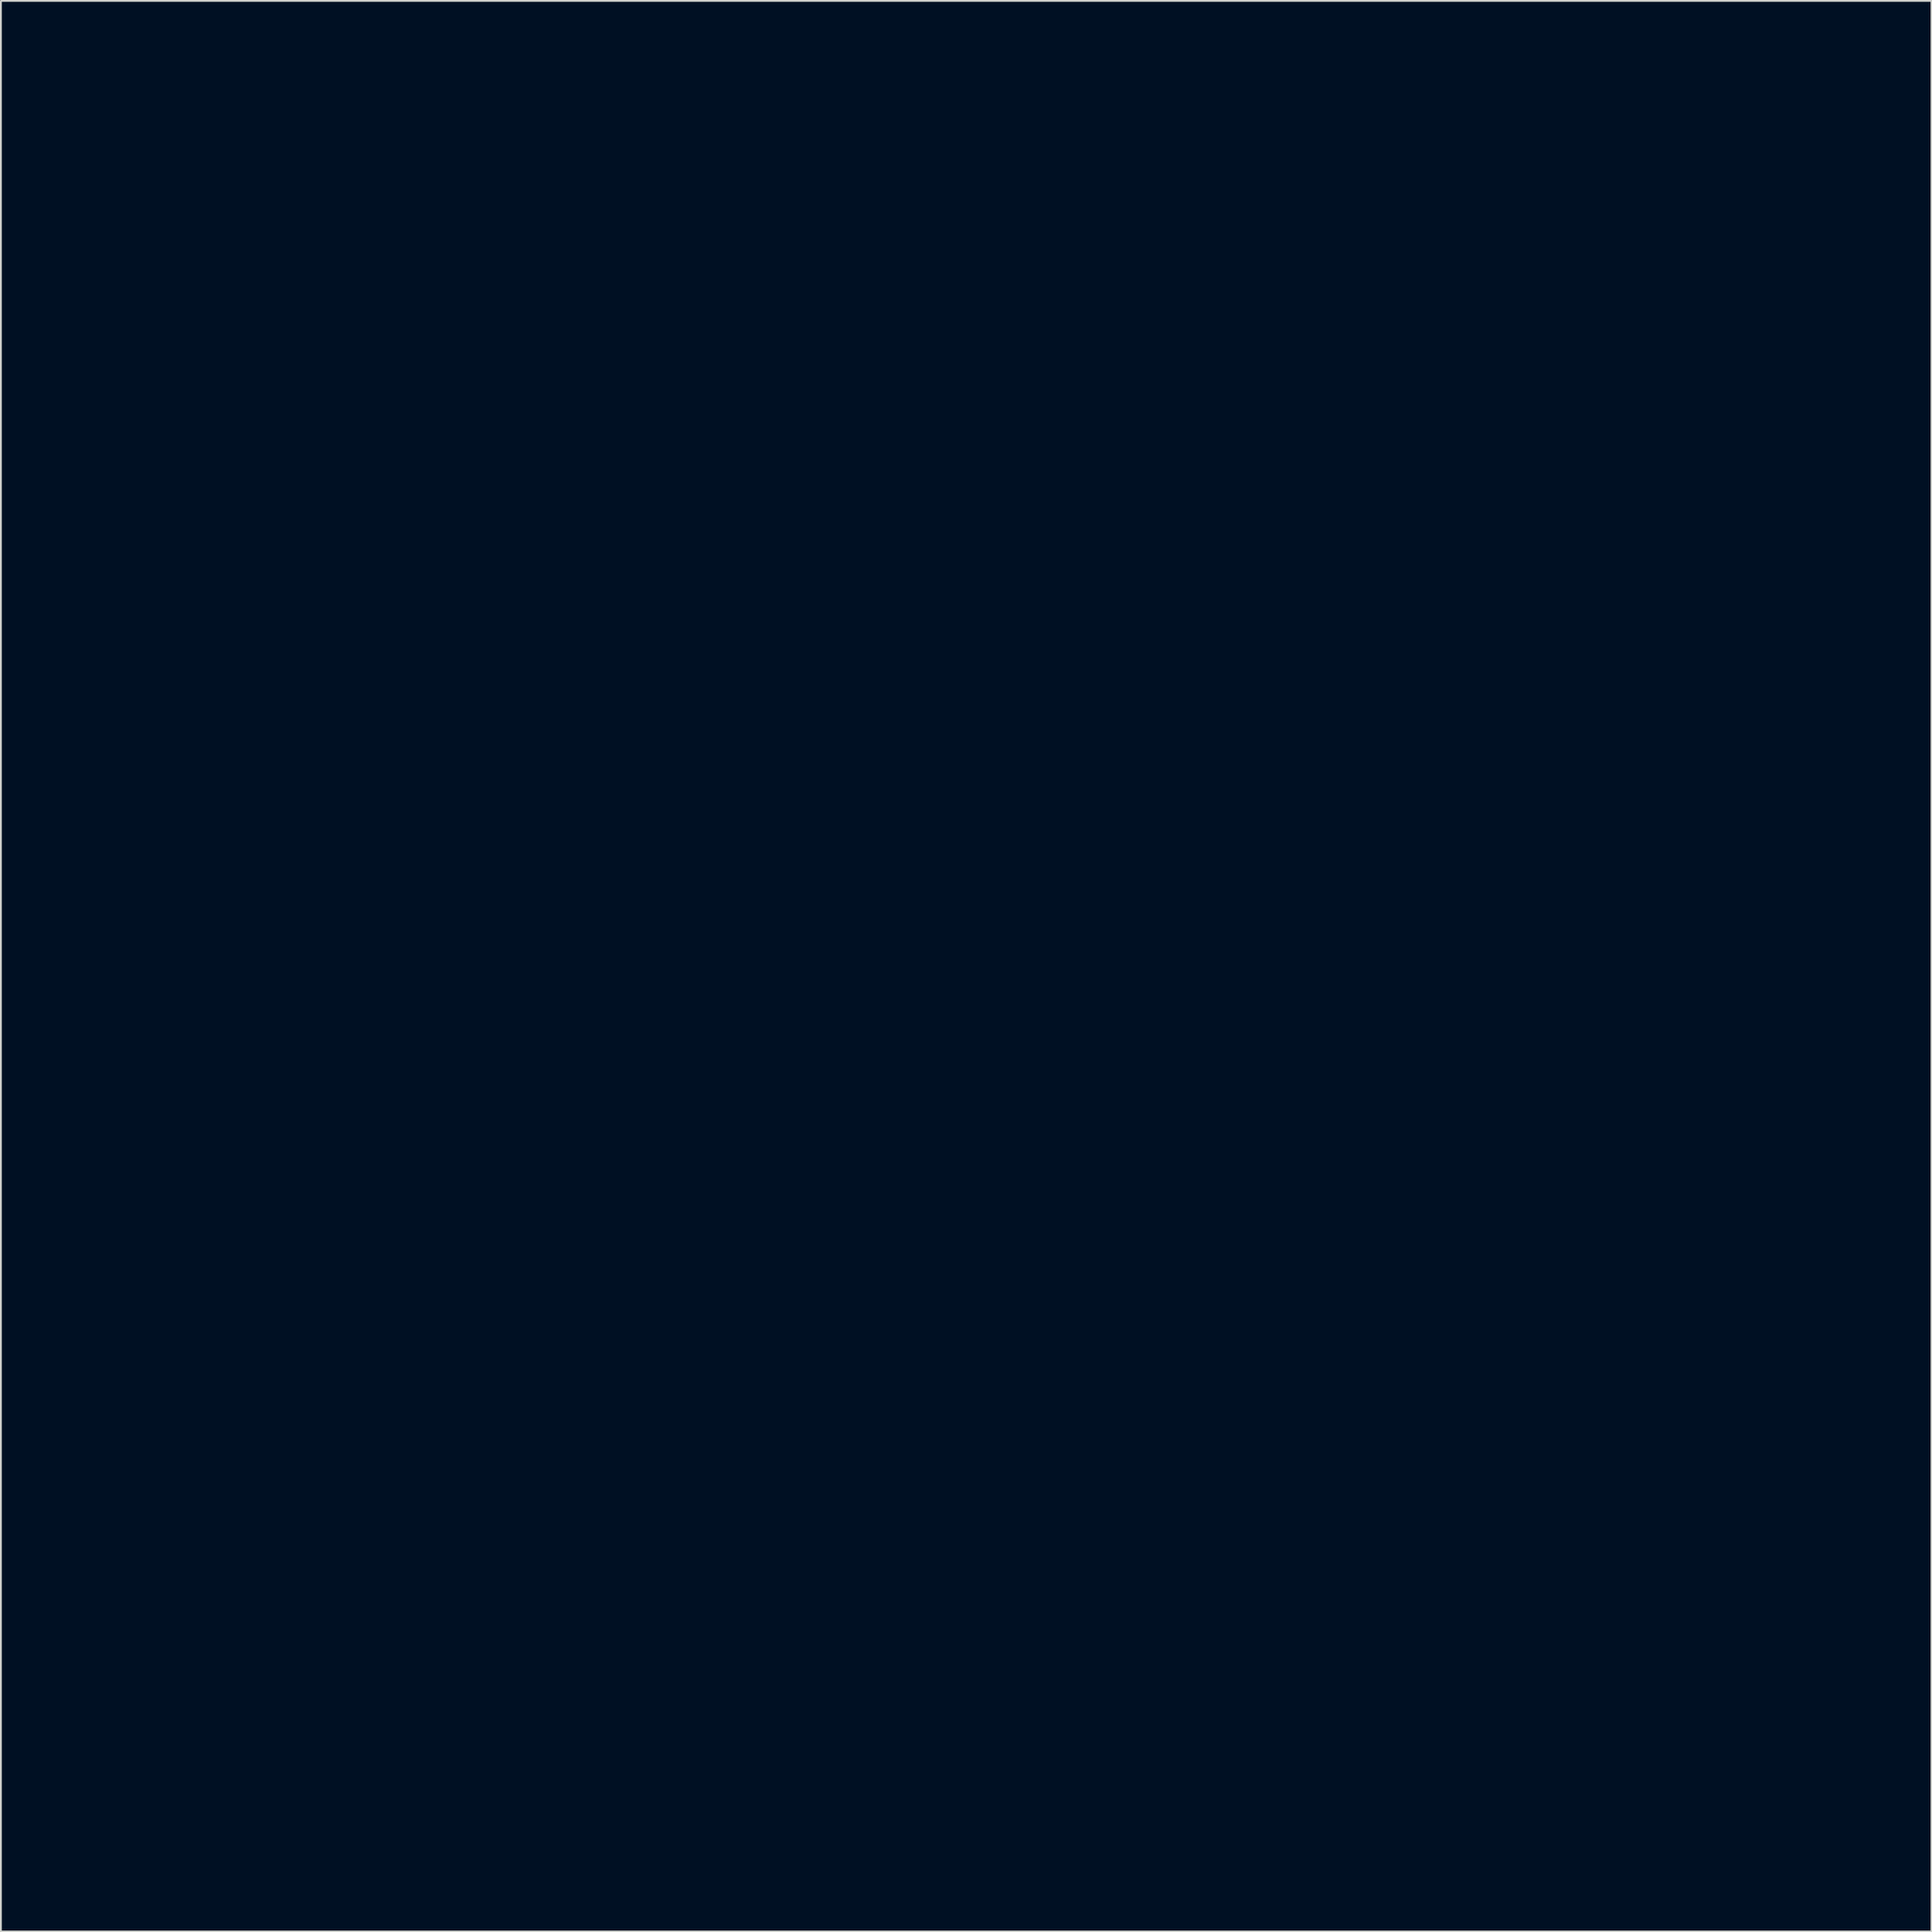
<source format=kicad_pcb>
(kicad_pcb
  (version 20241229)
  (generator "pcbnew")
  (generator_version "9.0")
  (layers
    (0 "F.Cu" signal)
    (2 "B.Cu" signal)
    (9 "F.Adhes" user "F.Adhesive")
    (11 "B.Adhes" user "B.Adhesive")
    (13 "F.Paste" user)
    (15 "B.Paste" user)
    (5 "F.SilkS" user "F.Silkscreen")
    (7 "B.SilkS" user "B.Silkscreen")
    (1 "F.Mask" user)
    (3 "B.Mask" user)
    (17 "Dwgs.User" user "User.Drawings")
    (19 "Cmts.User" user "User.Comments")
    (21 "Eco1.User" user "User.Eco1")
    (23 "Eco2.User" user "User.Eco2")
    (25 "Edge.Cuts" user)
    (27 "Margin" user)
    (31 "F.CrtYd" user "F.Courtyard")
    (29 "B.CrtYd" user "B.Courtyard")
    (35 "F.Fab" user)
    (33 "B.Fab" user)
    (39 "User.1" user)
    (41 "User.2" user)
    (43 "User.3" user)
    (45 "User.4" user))
  (footprint "mx2u_mask_b_edit"
    (layer "F.Cu")
    (at 50.022 50.022)
    (property "Reference" "mx2u_mask_b_edit" (at 0 0 0) (layer "B.Mask") (effects (font (size 1.524 1.524) (thickness 0.3))))
    (attr through_hole)
    (fp_poly (pts (xy -48.02 -48.02) (xy -50.017 -48.02) (xy -50.017 -50.017) (xy -48.02 -50.017) (xy -48.02 -48.02)) (stroke (width 0.01) (type solid)) (fill yes) (layer "B.Mask"))
    (fp_poly (pts (xy -48.02 50.017) (xy -50.017 50.017) (xy -50.017 48.02) (xy -48.02 48.02) (xy -48.02 50.017)) (stroke (width 0.01) (type solid)) (fill yes) (layer "B.Mask"))
    (fp_poly (pts (xy 30.025 28.913) (xy 29.267 28.913) (xy 29.28 24.402) (xy 30.012 24.402) (xy 30.025 28.913)) (stroke (width 0.01) (type solid)) (fill yes) (layer "B.Mask"))
    (fp_poly (pts (xy 50.017 -48.02) (xy 48.02 -48.02) (xy 48.02 -50.017) (xy 50.017 -50.017) (xy 50.017 -48.02)) (stroke (width 0.01) (type solid)) (fill yes) (layer "B.Mask"))
    (fp_poly (pts (xy 50.017 50.017) (xy 48.02 50.017) (xy 48.02 48.02) (xy 50.017 48.02) (xy 50.017 50.017)) (stroke (width 0.01) (type solid)) (fill yes) (layer "B.Mask"))
    (fp_poly (pts (xy -7.781 -5.503) (xy -7.765 -5.396) (xy -7.754 -5.253) (xy -7.748 -5.088) (xy -7.748 -4.916) (xy -7.753 -4.752) (xy -7.763 -4.608) (xy -7.779 -4.499) (xy -7.78 -4.492) (xy -7.813 -4.347) (xy -12.204 -4.347) (xy -12.236 -4.492) (xy -12.252 -4.598) (xy -12.263 -4.74) (xy -12.268 -4.904) (xy -12.268 -5.075) (xy -12.263 -5.241) (xy -12.253 -5.386) (xy -12.237 -5.497) (xy -12.235 -5.503) (xy -12.2 -5.661) (xy -7.816 -5.661) (xy -7.781 -5.503)) (stroke (width 0.01) (type solid)) (fill yes) (layer "B.Mask"))
    (fp_poly (pts (xy -14.906 1.606) (xy -14.839 1.617) (xy -14.738 1.635) (xy -14.611 1.659) (xy -14.465 1.686) (xy -14.308 1.715) (xy -14.149 1.745) (xy -13.994 1.775) (xy -13.852 1.802) (xy -13.73 1.826) (xy -13.636 1.845) (xy -13.578 1.858) (xy -13.576 1.858) (xy -13.538 1.879) (xy -13.549 1.91) (xy -13.608 1.951) (xy -13.705 1.998) (xy -13.833 2.037) (xy -13.985 2.061) (xy -14.142 2.068) (xy -14.288 2.057) (xy -14.404 2.028) (xy -14.406 2.027) (xy -14.61 1.922) (xy -14.781 1.784) (xy -14.832 1.73) (xy -14.885 1.667) (xy -14.921 1.621) (xy -14.931 1.603) (xy -14.906 1.606)) (stroke (width 0.01) (type solid)) (fill yes) (layer "B.Mask"))
    (fp_poly (pts (xy -17.81 -20.738) (xy -17.74 -20.73) (xy -17.63 -20.715) (xy -17.487 -20.695) (xy -17.315 -20.671) (xy -17.12 -20.644) (xy -16.906 -20.613) (xy -16.833 -20.603) (xy -15.837 -20.459) (xy -15.744 -20.086) (xy -15.708 -19.942) (xy -15.685 -19.84) (xy -15.673 -19.774) (xy -15.672 -19.735) (xy -15.68 -19.719) (xy -15.692 -19.716) (xy -15.725 -19.72) (xy -15.803 -19.731) (xy -15.919 -19.747) (xy -16.069 -19.769) (xy -16.246 -19.794) (xy -16.445 -19.822) (xy -16.659 -19.853) (xy -16.71 -19.861) (xy -17.687 -20.002) (xy -17.741 -20.208) (xy -17.765 -20.307) (xy -17.789 -20.417) (xy -17.81 -20.527) (xy -17.826 -20.625) (xy -17.836 -20.699) (xy -17.836 -20.738) (xy -17.835 -20.741) (xy -17.81 -20.738)) (stroke (width 0.01) (type solid)) (fill yes) (layer "B.Mask"))
    (fp_poly (pts (xy -14.517 -20.264) (xy -14.411 -20.252) (xy -14.275 -20.236) (xy -14.114 -20.214) (xy -13.935 -20.19) (xy -13.901 -20.185) (xy -13.682 -20.153) (xy -13.51 -20.127) (xy -13.381 -20.105) (xy -13.291 -20.087) (xy -13.238 -20.072) (xy -13.217 -20.06) (xy -13.218 -20.055) (xy -13.252 -20.027) (xy -13.316 -19.986) (xy -13.376 -19.952) (xy -13.441 -19.919) (xy -13.501 -19.897) (xy -13.569 -19.883) (xy -13.661 -19.875) (xy -13.787 -19.87) (xy -13.909 -19.867) (xy -13.996 -19.867) (xy -14.061 -19.875) (xy -14.12 -19.893) (xy -14.186 -19.922) (xy -14.247 -19.953) (xy -14.34 -20.007) (xy -14.432 -20.073) (xy -14.514 -20.143) (xy -14.575 -20.208) (xy -14.606 -20.259) (xy -14.608 -20.269) (xy -14.584 -20.27) (xy -14.517 -20.264)) (stroke (width 0.01) (type solid)) (fill yes) (layer "B.Mask"))
    (fp_poly (pts (xy 28.534 26.638) (xy 28.534 26.99) (xy 28.533 27.315) (xy 28.531 27.611) (xy 28.53 27.874) (xy 28.527 28.104) (xy 28.525 28.296) (xy 28.521 28.447) (xy 28.518 28.556) (xy 28.514 28.619) (xy 28.511 28.635) (xy 28.482 28.621) (xy 28.423 28.582) (xy 28.343 28.526) (xy 28.29 28.487) (xy 28.057 28.293) (xy 27.872 28.097) (xy 27.83 28.044) (xy 27.818 28.027) (xy 27.808 28.009) (xy 27.8 27.984) (xy 27.793 27.949) (xy 27.788 27.9) (xy 27.783 27.832) (xy 27.78 27.741) (xy 27.778 27.623) (xy 27.777 27.473) (xy 27.776 27.287) (xy 27.776 27.062) (xy 27.776 26.792) (xy 27.776 26.65) (xy 27.776 25.328) (xy 27.913 25.161) (xy 28.107 24.955) (xy 28.326 24.775) (xy 28.427 24.708) (xy 28.534 24.641) (xy 28.534 26.638)) (stroke (width 0.01) (type solid)) (fill yes) (layer "B.Mask"))
    (fp_poly (pts (xy -15.282 6.703) (xy -15.204 6.717) (xy -15.091 6.738) (xy -14.949 6.766) (xy -14.784 6.799) (xy -14.604 6.835) (xy -14.415 6.874) (xy -14.224 6.914) (xy -14.036 6.953) (xy -13.859 6.99) (xy -13.699 7.024) (xy -13.563 7.054) (xy -13.457 7.078) (xy -13.387 7.095) (xy -13.361 7.103) (xy -13.367 7.129) (xy -13.398 7.189) (xy -13.448 7.275) (xy -13.514 7.38) (xy -13.551 7.435) (xy -13.761 7.748) (xy -14.76 7.544) (xy -14.977 7.499) (xy -15.177 7.457) (xy -15.356 7.418) (xy -15.508 7.384) (xy -15.628 7.356) (xy -15.711 7.335) (xy -15.751 7.322) (xy -15.754 7.32) (xy -15.737 7.283) (xy -15.697 7.217) (xy -15.641 7.13) (xy -15.575 7.033) (xy -15.506 6.934) (xy -15.439 6.842) (xy -15.381 6.766) (xy -15.339 6.715) (xy -15.319 6.698) (xy -15.282 6.703)) (stroke (width 0.01) (type solid)) (fill yes) (layer "B.Mask"))
    (fp_poly (pts (xy 30.865 24.708) (xy 31.09 24.871) (xy 31.298 25.068) (xy 31.379 25.161) (xy 31.516 25.328) (xy 31.516 26.65) (xy 31.516 26.944) (xy 31.517 27.193) (xy 31.517 27.4) (xy 31.515 27.57) (xy 31.512 27.707) (xy 31.507 27.817) (xy 31.498 27.903) (xy 31.487 27.969) (xy 31.471 28.022) (xy 31.45 28.064) (xy 31.423 28.101) (xy 31.391 28.137) (xy 31.352 28.177) (xy 31.306 28.224) (xy 31.304 28.228) (xy 31.245 28.284) (xy 31.166 28.353) (xy 31.076 28.428) (xy 30.983 28.501) (xy 30.898 28.564) (xy 30.829 28.611) (xy 30.787 28.634) (xy 30.781 28.635) (xy 30.777 28.61) (xy 30.773 28.538) (xy 30.77 28.42) (xy 30.767 28.26) (xy 30.764 28.06) (xy 30.762 27.824) (xy 30.76 27.553) (xy 30.759 27.251) (xy 30.758 26.921) (xy 30.758 26.638) (xy 30.758 24.641) (xy 30.865 24.708)) (stroke (width 0.01) (type solid)) (fill yes) (layer "B.Mask"))
    (fp_poly (pts (xy -12.852 4.628) (xy -12.633 4.671) (xy -12.431 4.711) (xy -12.25 4.747) (xy -12.095 4.779) (xy -11.972 4.804) (xy -11.886 4.822) (xy -11.843 4.832) (xy -11.838 4.834) (xy -11.848 4.857) (xy -11.881 4.913) (xy -11.931 4.992) (xy -11.993 5.087) (xy -12.061 5.187) (xy -12.128 5.285) (xy -12.189 5.372) (xy -12.238 5.439) (xy -12.27 5.476) (xy -12.277 5.482) (xy -12.305 5.476) (xy -12.377 5.462) (xy -12.488 5.44) (xy -12.633 5.412) (xy -12.805 5.378) (xy -13 5.339) (xy -13.211 5.297) (xy -13.275 5.284) (xy -13.49 5.241) (xy -13.689 5.201) (xy -13.867 5.164) (xy -14.019 5.133) (xy -14.138 5.107) (xy -14.221 5.089) (xy -14.26 5.079) (xy -14.263 5.078) (xy -14.253 5.055) (xy -14.22 4.996) (xy -14.168 4.911) (xy -14.101 4.806) (xy -14.064 4.749) (xy -13.856 4.43) (xy -12.852 4.628)) (stroke (width 0.01) (type solid)) (fill yes) (layer "B.Mask"))
    (fp_poly (pts (xy -12.152 2.134) (xy -12.088 2.146) (xy -11.983 2.166) (xy -11.842 2.194) (xy -11.673 2.226) (xy -11.484 2.263) (xy -11.281 2.302) (xy -11.154 2.326) (xy -10.316 2.488) (xy -10.392 2.637) (xy -10.445 2.736) (xy -10.513 2.851) (xy -10.581 2.958) (xy -10.583 2.961) (xy -10.642 3.047) (xy -10.685 3.099) (xy -10.722 3.124) (xy -10.761 3.131) (xy -10.777 3.131) (xy -10.819 3.126) (xy -10.904 3.111) (xy -11.028 3.089) (xy -11.182 3.061) (xy -11.362 3.027) (xy -11.561 2.989) (xy -11.774 2.947) (xy -11.784 2.945) (xy -11.994 2.903) (xy -12.188 2.865) (xy -12.36 2.83) (xy -12.506 2.8) (xy -12.619 2.776) (xy -12.693 2.759) (xy -12.725 2.751) (xy -12.725 2.751) (xy -12.716 2.727) (xy -12.683 2.669) (xy -12.63 2.584) (xy -12.563 2.48) (xy -12.524 2.421) (xy -12.311 2.103) (xy -12.152 2.134)) (stroke (width 0.01) (type solid)) (fill yes) (layer "B.Mask"))
    (fp_poly (pts (xy -16.027 7.846) (xy -15.988 7.854) (xy -15.905 7.87) (xy -15.784 7.893) (xy -15.631 7.923) (xy -15.452 7.956) (xy -15.254 7.994) (xy -15.041 8.034) (xy -15.028 8.037) (xy -14.818 8.077) (xy -14.623 8.114) (xy -14.451 8.148) (xy -14.305 8.177) (xy -14.191 8.2) (xy -14.116 8.216) (xy -14.085 8.224) (xy -14.084 8.224) (xy -14.092 8.249) (xy -14.124 8.306) (xy -14.175 8.386) (xy -14.238 8.48) (xy -14.307 8.579) (xy -14.377 8.675) (xy -14.44 8.76) (xy -14.492 8.824) (xy -14.525 8.858) (xy -14.532 8.862) (xy -14.566 8.858) (xy -14.643 8.846) (xy -14.756 8.826) (xy -14.9 8.8) (xy -15.067 8.769) (xy -15.251 8.735) (xy -15.316 8.722) (xy -16.061 8.579) (xy -16.105 8.453) (xy -16.144 8.259) (xy -16.138 8.048) (xy -16.122 7.961) (xy -16.104 7.886) (xy -16.086 7.85) (xy -16.059 7.841) (xy -16.027 7.846)) (stroke (width 0.01) (type solid)) (fill yes) (layer "B.Mask"))
    (fp_poly (pts (xy -0.164 4.057) (xy 0.152 4.117) (xy 0.457 4.225) (xy 0.699 4.351) (xy 0.848 4.452) (xy 1 4.574) (xy 1.142 4.706) (xy 1.26 4.835) (xy 1.308 4.898) (xy 1.415 5.052) (xy 1.207 5.115) (xy 0.939 5.196) (xy 0.715 5.263) (xy 0.529 5.318) (xy 0.378 5.363) (xy 0.255 5.397) (xy 0.156 5.424) (xy 0.077 5.443) (xy 0.011 5.456) (xy -0.045 5.465) (xy -0.096 5.471) (xy -0.147 5.474) (xy -0.19 5.476) (xy -0.305 5.479) (xy -0.386 5.475) (xy -0.447 5.463) (xy -0.502 5.439) (xy -0.518 5.431) (xy -0.687 5.317) (xy -0.842 5.163) (xy -0.987 4.966) (xy -1.11 4.753) (xy -1.163 4.645) (xy -1.214 4.53) (xy -1.26 4.419) (xy -1.294 4.325) (xy -1.312 4.26) (xy -1.314 4.244) (xy -1.292 4.227) (xy -1.234 4.201) (xy -1.156 4.172) (xy -0.82 4.085) (xy -0.489 4.046) (xy -0.164 4.057)) (stroke (width 0.01) (type solid)) (fill yes) (layer "B.Mask"))
    (fp_poly (pts (xy -14.599 5.599) (xy -14.532 5.611) (xy -14.428 5.631) (xy -14.294 5.657) (xy -14.136 5.687) (xy -13.96 5.721) (xy -13.774 5.757) (xy -13.584 5.795) (xy -13.395 5.832) (xy -13.215 5.867) (xy -13.05 5.9) (xy -12.907 5.928) (xy -12.791 5.951) (xy -12.72 5.966) (xy -12.588 5.993) (xy -12.806 6.32) (xy -12.882 6.432) (xy -12.948 6.527) (xy -12.999 6.598) (xy -13.031 6.638) (xy -13.039 6.644) (xy -13.066 6.639) (xy -13.138 6.625) (xy -13.248 6.603) (xy -13.392 6.574) (xy -13.563 6.54) (xy -13.758 6.502) (xy -13.969 6.46) (xy -14.033 6.447) (xy -14.248 6.404) (xy -14.448 6.363) (xy -14.627 6.326) (xy -14.779 6.294) (xy -14.9 6.268) (xy -14.983 6.249) (xy -15.024 6.238) (xy -15.027 6.237) (xy -15.017 6.213) (xy -14.986 6.157) (xy -14.937 6.076) (xy -14.878 5.979) (xy -14.812 5.876) (xy -14.747 5.775) (xy -14.687 5.684) (xy -14.638 5.614) (xy -14.623 5.595) (xy -14.599 5.599)) (stroke (width 0.01) (type solid)) (fill yes) (layer "B.Mask"))
    (fp_poly (pts (xy -17.149 -18.038) (xy -17.079 -18.031) (xy -16.973 -18.019) (xy -16.835 -18.002) (xy -16.674 -17.981) (xy -16.496 -17.958) (xy -16.307 -17.934) (xy -16.114 -17.908) (xy -15.923 -17.882) (xy -15.741 -17.857) (xy -15.574 -17.834) (xy -15.43 -17.813) (xy -15.314 -17.796) (xy -15.234 -17.783) (xy -15.201 -17.776) (xy -15.179 -17.765) (xy -15.158 -17.736) (xy -15.136 -17.683) (xy -15.11 -17.598) (xy -15.078 -17.474) (xy -15.059 -17.399) (xy -14.969 -17.034) (xy -15.047 -17.037) (xy -15.09 -17.042) (xy -15.176 -17.052) (xy -15.301 -17.068) (xy -15.456 -17.09) (xy -15.638 -17.114) (xy -15.838 -17.143) (xy -16.052 -17.173) (xy -16.056 -17.174) (xy -16.267 -17.204) (xy -16.461 -17.232) (xy -16.634 -17.258) (xy -16.779 -17.28) (xy -16.892 -17.298) (xy -16.965 -17.31) (xy -16.995 -17.316) (xy -16.996 -17.316) (xy -17.008 -17.345) (xy -17.028 -17.412) (xy -17.053 -17.506) (xy -17.082 -17.616) (xy -17.111 -17.732) (xy -17.138 -17.843) (xy -17.159 -17.938) (xy -17.173 -18.006) (xy -17.176 -18.038) (xy -17.176 -18.039) (xy -17.149 -18.038)) (stroke (width 0.01) (type solid)) (fill yes) (layer "B.Mask"))
    (fp_poly (pts (xy -16.141 -14.116) (xy -16.104 -14.11) (xy -16.023 -14.097) (xy -15.904 -14.08) (xy -15.753 -14.057) (xy -15.577 -14.032) (xy -15.38 -14.004) (xy -15.189 -13.976) (xy -14.98 -13.946) (xy -14.785 -13.918) (xy -14.61 -13.893) (xy -14.462 -13.871) (xy -14.345 -13.854) (xy -14.268 -13.842) (xy -14.235 -13.836) (xy -14.2 -13.821) (xy -14.183 -13.786) (xy -14.179 -13.716) (xy -14.179 -13.711) (xy -14.189 -13.614) (xy -14.218 -13.505) (xy -14.261 -13.395) (xy -14.311 -13.293) (xy -14.364 -13.21) (xy -14.415 -13.158) (xy -14.451 -13.145) (xy -14.486 -13.149) (xy -14.565 -13.16) (xy -14.68 -13.177) (xy -14.825 -13.198) (xy -14.993 -13.223) (xy -15.177 -13.251) (xy -15.215 -13.257) (xy -15.4 -13.285) (xy -15.569 -13.311) (xy -15.714 -13.333) (xy -15.831 -13.35) (xy -15.912 -13.362) (xy -15.951 -13.368) (xy -15.954 -13.368) (xy -15.979 -13.394) (xy -16.012 -13.467) (xy -16.051 -13.583) (xy -16.096 -13.74) (xy -16.123 -13.842) (xy -16.153 -13.964) (xy -16.172 -14.045) (xy -16.179 -14.092) (xy -16.175 -14.114) (xy -16.161 -14.119) (xy -16.141 -14.116)) (stroke (width 0.01) (type solid)) (fill yes) (layer "B.Mask"))
    (fp_poly (pts (xy -13.057 3.272) (xy -12.989 3.285) (xy -12.884 3.304) (xy -12.749 3.33) (xy -12.589 3.361) (xy -12.413 3.396) (xy -12.225 3.433) (xy -12.032 3.472) (xy -11.841 3.511) (xy -11.658 3.548) (xy -11.49 3.582) (xy -11.342 3.613) (xy -11.221 3.638) (xy -11.134 3.657) (xy -11.087 3.669) (xy -11.081 3.671) (xy -11.089 3.696) (xy -11.119 3.753) (xy -11.167 3.834) (xy -11.226 3.93) (xy -11.291 4.032) (xy -11.355 4.13) (xy -11.414 4.216) (xy -11.461 4.281) (xy -11.49 4.316) (xy -11.496 4.319) (xy -11.523 4.314) (xy -11.595 4.3) (xy -11.706 4.278) (xy -11.85 4.249) (xy -12.021 4.215) (xy -12.216 4.176) (xy -12.428 4.134) (xy -12.491 4.122) (xy -12.707 4.078) (xy -12.907 4.038) (xy -13.085 4.001) (xy -13.238 3.969) (xy -13.358 3.943) (xy -13.441 3.924) (xy -13.482 3.913) (xy -13.485 3.912) (xy -13.476 3.888) (xy -13.444 3.831) (xy -13.396 3.75) (xy -13.336 3.653) (xy -13.27 3.549) (xy -13.204 3.447) (xy -13.143 3.356) (xy -13.092 3.284) (xy -13.082 3.269) (xy -13.057 3.272)) (stroke (width 0.01) (type solid)) (fill yes) (layer "B.Mask"))
    (fp_poly (pts (xy -16.459 -15.413) (xy -16.381 -15.403) (xy -16.267 -15.388) (xy -16.124 -15.369) (xy -15.959 -15.346) (xy -15.777 -15.32) (xy -15.586 -15.293) (xy -15.391 -15.265) (xy -15.2 -15.237) (xy -15.019 -15.211) (xy -14.854 -15.187) (xy -14.712 -15.165) (xy -14.6 -15.148) (xy -14.524 -15.136) (xy -14.489 -15.129) (xy -14.488 -15.129) (xy -14.477 -15.1) (xy -14.458 -15.034) (xy -14.433 -14.94) (xy -14.405 -14.829) (xy -14.376 -14.713) (xy -14.349 -14.603) (xy -14.328 -14.508) (xy -14.314 -14.439) (xy -14.31 -14.409) (xy -14.31 -14.409) (xy -14.336 -14.408) (xy -14.406 -14.415) (xy -14.516 -14.427) (xy -14.66 -14.445) (xy -14.832 -14.467) (xy -15.027 -14.493) (xy -15.24 -14.522) (xy -15.308 -14.532) (xy -15.527 -14.563) (xy -15.73 -14.593) (xy -15.912 -14.621) (xy -16.067 -14.646) (xy -16.19 -14.667) (xy -16.276 -14.684) (xy -16.319 -14.695) (xy -16.323 -14.697) (xy -16.341 -14.733) (xy -16.365 -14.804) (xy -16.392 -14.899) (xy -16.421 -15.009) (xy -16.449 -15.124) (xy -16.472 -15.232) (xy -16.49 -15.323) (xy -16.499 -15.388) (xy -16.496 -15.416) (xy -16.495 -15.417) (xy -16.459 -15.413)) (stroke (width 0.01) (type solid)) (fill yes) (layer "B.Mask"))
    (fp_poly (pts (xy -15.114 -23.047) (xy -14.882 -23.016) (xy -14.665 -22.986) (xy -14.467 -22.958) (xy -14.294 -22.934) (xy -14.151 -22.914) (xy -14.045 -22.899) (xy -13.979 -22.889) (xy -13.961 -22.886) (xy -13.911 -22.86) (xy -13.837 -22.803) (xy -13.748 -22.725) (xy -13.653 -22.633) (xy -13.561 -22.536) (xy -13.48 -22.442) (xy -13.435 -22.383) (xy -13.363 -22.277) (xy -13.307 -22.186) (xy -13.27 -22.116) (xy -13.256 -22.074) (xy -13.262 -22.066) (xy -13.289 -22.07) (xy -13.363 -22.08) (xy -13.479 -22.096) (xy -13.632 -22.117) (xy -13.82 -22.143) (xy -14.038 -22.173) (xy -14.281 -22.207) (xy -14.546 -22.244) (xy -14.829 -22.283) (xy -15.063 -22.315) (xy -15.359 -22.356) (xy -15.64 -22.396) (xy -15.904 -22.433) (xy -16.145 -22.467) (xy -16.361 -22.498) (xy -16.546 -22.525) (xy -16.696 -22.547) (xy -16.808 -22.564) (xy -16.877 -22.575) (xy -16.898 -22.579) (xy -16.956 -22.611) (xy -16.999 -22.648) (xy -17.028 -22.684) (xy -17.027 -22.711) (xy -16.993 -22.745) (xy -16.971 -22.764) (xy -16.844 -22.86) (xy -16.691 -22.959) (xy -16.534 -23.051) (xy -16.392 -23.121) (xy -16.384 -23.124) (xy -16.213 -23.197) (xy -15.114 -23.047)) (stroke (width 0.01) (type solid)) (fill yes) (layer "B.Mask"))
    (fp_poly (pts (xy -16.772 -16.702) (xy -16.691 -16.692) (xy -16.575 -16.677) (xy -16.43 -16.658) (xy -16.263 -16.635) (xy -16.081 -16.609) (xy -15.89 -16.582) (xy -15.696 -16.554) (xy -15.506 -16.526) (xy -15.327 -16.5) (xy -15.165 -16.476) (xy -15.026 -16.455) (xy -14.918 -16.438) (xy -14.847 -16.426) (xy -14.819 -16.42) (xy -14.819 -16.42) (xy -14.809 -16.393) (xy -14.79 -16.327) (xy -14.764 -16.235) (xy -14.735 -16.126) (xy -14.705 -16.011) (xy -14.677 -15.901) (xy -14.654 -15.808) (xy -14.639 -15.741) (xy -14.634 -15.714) (xy -14.639 -15.706) (xy -14.655 -15.701) (xy -14.689 -15.7) (xy -14.743 -15.703) (xy -14.823 -15.711) (xy -14.931 -15.724) (xy -15.073 -15.742) (xy -15.253 -15.767) (xy -15.475 -15.798) (xy -15.714 -15.832) (xy -15.924 -15.863) (xy -16.118 -15.892) (xy -16.29 -15.919) (xy -16.436 -15.943) (xy -16.548 -15.963) (xy -16.622 -15.978) (xy -16.652 -15.987) (xy -16.652 -15.987) (xy -16.666 -16.019) (xy -16.689 -16.091) (xy -16.719 -16.192) (xy -16.752 -16.314) (xy -16.764 -16.358) (xy -16.799 -16.496) (xy -16.821 -16.592) (xy -16.832 -16.654) (xy -16.832 -16.689) (xy -16.823 -16.703) (xy -16.811 -16.706) (xy -16.772 -16.702)) (stroke (width 0.01) (type solid)) (fill yes) (layer "B.Mask"))
    (fp_poly (pts (xy -4.33 26.617) (xy -4.248 26.62) (xy -4.12 26.623) (xy -3.952 26.625) (xy -3.75 26.628) (xy -3.519 26.63) (xy -3.264 26.631) (xy -2.99 26.632) (xy -2.703 26.633) (xy -2.409 26.634) (xy -2.35 26.634) (xy -0.695 26.634) (xy -0.614 26.794) (xy -0.574 26.883) (xy -0.533 26.989) (xy -0.496 27.1) (xy -0.466 27.204) (xy -0.445 27.291) (xy -0.438 27.35) (xy -0.443 27.367) (xy -0.471 27.371) (xy -0.545 27.374) (xy -0.66 27.377) (xy -0.813 27.379) (xy -0.997 27.382) (xy -1.208 27.383) (xy -1.443 27.385) (xy -1.696 27.386) (xy -1.962 27.387) (xy -2.237 27.387) (xy -2.517 27.387) (xy -2.796 27.387) (xy -3.07 27.386) (xy -3.335 27.385) (xy -3.586 27.383) (xy -3.818 27.381) (xy -4.026 27.379) (xy -4.207 27.377) (xy -4.355 27.374) (xy -4.466 27.37) (xy -4.509 27.368) (xy -4.646 27.36) (xy -4.764 27.352) (xy -4.854 27.345) (xy -4.908 27.34) (xy -4.92 27.338) (xy -4.92 27.308) (xy -4.905 27.242) (xy -4.878 27.151) (xy -4.844 27.046) (xy -4.806 26.94) (xy -4.768 26.841) (xy -4.739 26.777) (xy -4.655 26.6) (xy -4.33 26.617)) (stroke (width 0.01) (type solid)) (fill yes) (layer "B.Mask"))
    (fp_poly (pts (xy 17.986 7.611) (xy 18.069 7.614) (xy 18.197 7.617) (xy 18.364 7.62) (xy 18.567 7.622) (xy 18.798 7.624) (xy 19.053 7.625) (xy 19.327 7.627) (xy 19.613 7.628) (xy 19.908 7.628) (xy 19.966 7.628) (xy 21.622 7.628) (xy 21.703 7.788) (xy 21.743 7.878) (xy 21.783 7.983) (xy 21.82 8.094) (xy 21.851 8.198) (xy 21.871 8.285) (xy 21.878 8.344) (xy 21.874 8.362) (xy 21.846 8.365) (xy 21.772 8.368) (xy 21.656 8.371) (xy 21.504 8.374) (xy 21.32 8.376) (xy 21.108 8.378) (xy 20.874 8.379) (xy 20.621 8.38) (xy 20.355 8.381) (xy 20.08 8.381) (xy 19.8 8.381) (xy 19.521 8.381) (xy 19.246 8.38) (xy 18.982 8.379) (xy 18.731 8.377) (xy 18.499 8.376) (xy 18.29 8.373) (xy 18.11 8.371) (xy 17.962 8.368) (xy 17.851 8.364) (xy 17.807 8.362) (xy 17.67 8.354) (xy 17.552 8.346) (xy 17.462 8.34) (xy 17.408 8.334) (xy 17.397 8.332) (xy 17.397 8.302) (xy 17.412 8.236) (xy 17.438 8.145) (xy 17.472 8.041) (xy 17.51 7.934) (xy 17.549 7.836) (xy 17.577 7.772) (xy 17.662 7.595) (xy 17.986 7.611)) (stroke (width 0.01) (type solid)) (fill yes) (layer "B.Mask"))
    (fp_poly (pts (xy -17.501 -19.405) (xy -17.431 -19.398) (xy -17.325 -19.385) (xy -17.188 -19.368) (xy -17.027 -19.347) (xy -16.849 -19.324) (xy -16.66 -19.299) (xy -16.467 -19.273) (xy -16.276 -19.246) (xy -16.095 -19.221) (xy -15.928 -19.198) (xy -15.784 -19.177) (xy -15.668 -19.16) (xy -15.587 -19.147) (xy -15.552 -19.14) (xy -15.528 -19.129) (xy -15.507 -19.101) (xy -15.485 -19.049) (xy -15.459 -18.965) (xy -15.427 -18.841) (xy -15.418 -18.808) (xy -15.388 -18.684) (xy -15.36 -18.575) (xy -15.339 -18.492) (xy -15.327 -18.446) (xy -15.326 -18.443) (xy -15.322 -18.429) (xy -15.325 -18.417) (xy -15.339 -18.409) (xy -15.367 -18.406) (xy -15.415 -18.407) (xy -15.486 -18.413) (xy -15.584 -18.424) (xy -15.714 -18.44) (xy -15.88 -18.463) (xy -16.087 -18.492) (xy -16.339 -18.528) (xy -16.41 -18.538) (xy -16.621 -18.569) (xy -16.815 -18.597) (xy -16.988 -18.623) (xy -17.133 -18.645) (xy -17.245 -18.662) (xy -17.318 -18.674) (xy -17.348 -18.681) (xy -17.348 -18.681) (xy -17.359 -18.71) (xy -17.378 -18.777) (xy -17.403 -18.871) (xy -17.432 -18.981) (xy -17.46 -19.097) (xy -17.487 -19.208) (xy -17.508 -19.303) (xy -17.523 -19.372) (xy -17.527 -19.405) (xy -17.527 -19.406) (xy -17.501 -19.405)) (stroke (width 0.01) (type solid)) (fill yes) (layer "B.Mask"))
    (fp_poly (pts (xy -3.838 -22.596) (xy -3.841 -22.525) (xy -3.852 -22.427) (xy -3.869 -22.313) (xy -3.889 -22.194) (xy -3.912 -22.082) (xy -3.935 -21.988) (xy -3.946 -21.951) (xy -4.006 -21.774) (xy -5.876 -21.427) (xy -6.177 -21.371) (xy -6.463 -21.318) (xy -6.732 -21.268) (xy -6.978 -21.223) (xy -7.198 -21.183) (xy -7.388 -21.148) (xy -7.545 -21.119) (xy -7.664 -21.098) (xy -7.741 -21.084) (xy -7.772 -21.079) (xy -7.773 -21.079) (xy -7.8 -21.097) (xy -7.847 -21.147) (xy -7.906 -21.218) (xy -7.92 -21.236) (xy -7.971 -21.309) (xy -8.029 -21.401) (xy -8.089 -21.503) (xy -8.145 -21.604) (xy -8.192 -21.696) (xy -8.225 -21.769) (xy -8.239 -21.813) (xy -8.237 -21.821) (xy -8.21 -21.827) (xy -8.139 -21.842) (xy -8.026 -21.864) (xy -7.876 -21.893) (xy -7.695 -21.927) (xy -7.485 -21.967) (xy -7.252 -22.01) (xy -6.999 -22.058) (xy -6.732 -22.107) (xy -6.454 -22.159) (xy -6.17 -22.211) (xy -5.883 -22.264) (xy -5.599 -22.316) (xy -5.322 -22.367) (xy -5.056 -22.415) (xy -4.805 -22.461) (xy -4.574 -22.503) (xy -4.367 -22.54) (xy -4.188 -22.572) (xy -4.042 -22.597) (xy -3.933 -22.616) (xy -3.865 -22.627) (xy -3.843 -22.629) (xy -3.838 -22.596)) (stroke (width 0.01) (type solid)) (fill yes) (layer "B.Mask"))
    (fp_poly (pts (xy -27.054 10.136) (xy -27.051 10.138) (xy -27.01 10.185) (xy -26.957 10.261) (xy -26.899 10.357) (xy -26.84 10.463) (xy -26.785 10.57) (xy -26.74 10.668) (xy -26.709 10.747) (xy -26.697 10.799) (xy -26.7 10.811) (xy -26.729 10.821) (xy -26.804 10.839) (xy -26.916 10.864) (xy -27.062 10.894) (xy -27.236 10.929) (xy -27.433 10.967) (xy -27.646 11.008) (xy -27.87 11.051) (xy -28.1 11.094) (xy -28.331 11.136) (xy -28.557 11.177) (xy -28.771 11.214) (xy -28.97 11.249) (xy -29.027 11.258) (xy -29.279 11.299) (xy -29.535 11.34) (xy -29.788 11.38) (xy -30.032 11.417) (xy -30.263 11.452) (xy -30.474 11.482) (xy -30.659 11.508) (xy -30.814 11.528) (xy -30.932 11.542) (xy -31.008 11.549) (xy -31.025 11.55) (xy -31.094 11.55) (xy -31.076 11.361) (xy -31.063 11.254) (xy -31.042 11.135) (xy -31.017 11.017) (xy -30.991 10.912) (xy -30.965 10.833) (xy -30.944 10.791) (xy -30.943 10.791) (xy -30.912 10.78) (xy -30.84 10.765) (xy -30.736 10.746) (xy -30.61 10.726) (xy -30.543 10.717) (xy -30.028 10.64) (xy -29.486 10.554) (xy -28.934 10.461) (xy -28.389 10.364) (xy -27.866 10.266) (xy -27.525 10.199) (xy -27.355 10.165) (xy -27.229 10.143) (xy -27.14 10.131) (xy -27.083 10.129) (xy -27.054 10.136)) (stroke (width 0.01) (type solid)) (fill yes) (layer "B.Mask"))
    (fp_poly (pts (xy -4.795 28.237) (xy -4.692 28.241) (xy -4.566 28.25) (xy -4.493 28.255) (xy -4.366 28.264) (xy -4.195 28.271) (xy -3.986 28.278) (xy -3.747 28.284) (xy -3.483 28.29) (xy -3.202 28.294) (xy -2.909 28.298) (xy -2.611 28.3) (xy -2.315 28.302) (xy -2.028 28.302) (xy -1.755 28.301) (xy -1.504 28.299) (xy -1.281 28.296) (xy -1.092 28.292) (xy -0.945 28.286) (xy -0.911 28.284) (xy -0.768 28.276) (xy -0.643 28.27) (xy -0.544 28.266) (xy -0.481 28.265) (xy -0.46 28.267) (xy -0.458 28.301) (xy -0.474 28.371) (xy -0.505 28.465) (xy -0.546 28.575) (xy -0.595 28.691) (xy -0.645 28.802) (xy -0.695 28.898) (xy -0.738 28.971) (xy -0.752 28.989) (xy -0.804 29.052) (xy -2.304 29.056) (xy -2.588 29.056) (xy -2.868 29.055) (xy -3.138 29.054) (xy -3.391 29.052) (xy -3.622 29.05) (xy -3.825 29.046) (xy -3.993 29.043) (xy -4.121 29.039) (xy -4.183 29.036) (xy -4.318 29.027) (xy -4.436 29.018) (xy -4.527 29.01) (xy -4.582 29.004) (xy -4.592 29.002) (xy -4.623 28.972) (xy -4.663 28.905) (xy -4.71 28.811) (xy -4.759 28.701) (xy -4.806 28.584) (xy -4.848 28.469) (xy -4.879 28.368) (xy -4.897 28.29) (xy -4.898 28.244) (xy -4.895 28.239) (xy -4.865 28.236) (xy -4.795 28.237)) (stroke (width 0.01) (type solid)) (fill yes) (layer "B.Mask"))
    (fp_poly (pts (xy 17.522 9.231) (xy 17.625 9.235) (xy 17.751 9.244) (xy 17.824 9.25) (xy 17.951 9.258) (xy 18.122 9.265) (xy 18.33 9.272) (xy 18.57 9.278) (xy 18.833 9.284) (xy 19.115 9.288) (xy 19.408 9.292) (xy 19.706 9.294) (xy 20.001 9.296) (xy 20.289 9.296) (xy 20.561 9.296) (xy 20.813 9.294) (xy 21.036 9.291) (xy 21.224 9.286) (xy 21.372 9.28) (xy 21.405 9.278) (xy 21.549 9.27) (xy 21.674 9.264) (xy 21.773 9.26) (xy 21.836 9.26) (xy 21.856 9.261) (xy 21.859 9.296) (xy 21.842 9.365) (xy 21.812 9.46) (xy 21.77 9.57) (xy 21.722 9.685) (xy 21.671 9.796) (xy 21.622 9.893) (xy 21.578 9.965) (xy 21.564 9.983) (xy 21.512 10.046) (xy 20.013 10.05) (xy 19.728 10.05) (xy 19.448 10.05) (xy 19.179 10.048) (xy 18.925 10.046) (xy 18.694 10.044) (xy 18.492 10.041) (xy 18.324 10.037) (xy 18.196 10.033) (xy 18.134 10.03) (xy 17.999 10.021) (xy 17.881 10.013) (xy 17.79 10.005) (xy 17.735 9.998) (xy 17.724 9.996) (xy 17.694 9.966) (xy 17.653 9.899) (xy 17.607 9.806) (xy 17.558 9.695) (xy 17.51 9.578) (xy 17.469 9.464) (xy 17.437 9.362) (xy 17.419 9.284) (xy 17.419 9.239) (xy 17.422 9.234) (xy 17.451 9.23) (xy 17.522 9.231)) (stroke (width 0.01) (type solid)) (fill yes) (layer "B.Mask"))
    (fp_poly (pts (xy -26.543 11.713) (xy -26.542 11.74) (xy -26.548 11.805) (xy -26.558 11.896) (xy -26.563 11.929) (xy -26.585 12.064) (xy -26.615 12.197) (xy -26.648 12.317) (xy -26.681 12.411) (xy -26.712 12.47) (xy -26.721 12.48) (xy -26.755 12.493) (xy -26.833 12.514) (xy -26.95 12.541) (xy -27.099 12.574) (xy -27.274 12.611) (xy -27.47 12.651) (xy -27.681 12.693) (xy -27.902 12.736) (xy -28.126 12.779) (xy -28.347 12.82) (xy -28.561 12.858) (xy -28.736 12.888) (xy -28.877 12.911) (xy -29.043 12.938) (xy -29.226 12.966) (xy -29.419 12.995) (xy -29.615 13.025) (xy -29.807 13.053) (xy -29.988 13.079) (xy -30.151 13.102) (xy -30.289 13.12) (xy -30.394 13.134) (xy -30.461 13.141) (xy -30.477 13.142) (xy -30.501 13.123) (xy -30.545 13.073) (xy -30.601 13.002) (xy -30.612 12.986) (xy -30.668 12.906) (xy -30.727 12.809) (xy -30.785 12.708) (xy -30.836 12.61) (xy -30.876 12.527) (xy -30.899 12.468) (xy -30.901 12.443) (xy -30.873 12.437) (xy -30.803 12.426) (xy -30.698 12.412) (xy -30.565 12.395) (xy -30.412 12.377) (xy -30.362 12.371) (xy -29.69 12.287) (xy -29 12.185) (xy -28.306 12.069) (xy -27.627 11.94) (xy -26.979 11.802) (xy -26.867 11.776) (xy -26.748 11.75) (xy -26.648 11.729) (xy -26.577 11.716) (xy -26.544 11.712) (xy -26.543 11.713)) (stroke (width 0.01) (type solid)) (fill yes) (layer "B.Mask"))
    (fp_poly (pts (xy -13.214 -0.759) (xy -13.107 -0.746) (xy -12.975 -0.725) (xy -12.813 -0.695) (xy -12.615 -0.657) (xy -12.377 -0.609) (xy -12.182 -0.57) (xy -11.952 -0.524) (xy -11.736 -0.481) (xy -11.54 -0.441) (xy -11.368 -0.407) (xy -11.227 -0.378) (xy -11.121 -0.356) (xy -11.055 -0.342) (xy -11.037 -0.337) (xy -10.978 -0.305) (xy -10.899 -0.238) (xy -10.807 -0.148) (xy -10.711 -0.041) (xy -10.618 0.073) (xy -10.536 0.184) (xy -10.473 0.286) (xy -10.462 0.305) (xy -10.433 0.366) (xy -10.426 0.399) (xy -10.442 0.418) (xy -10.462 0.429) (xy -10.49 0.44) (xy -10.529 0.447) (xy -10.582 0.449) (xy -10.651 0.446) (xy -10.741 0.437) (xy -10.854 0.421) (xy -10.994 0.399) (xy -11.165 0.369) (xy -11.368 0.331) (xy -11.609 0.285) (xy -11.89 0.23) (xy -12.214 0.165) (xy -12.515 0.105) (xy -12.802 0.047) (xy -13.074 -0.009) (xy -13.327 -0.061) (xy -13.558 -0.108) (xy -13.762 -0.151) (xy -13.936 -0.188) (xy -14.074 -0.218) (xy -14.174 -0.24) (xy -14.23 -0.253) (xy -14.242 -0.257) (xy -14.233 -0.281) (xy -14.189 -0.324) (xy -14.117 -0.38) (xy -14.026 -0.445) (xy -13.924 -0.511) (xy -13.819 -0.574) (xy -13.719 -0.627) (xy -13.711 -0.631) (xy -13.63 -0.671) (xy -13.561 -0.704) (xy -13.499 -0.73) (xy -13.439 -0.749) (xy -13.375 -0.76) (xy -13.302 -0.764) (xy -13.214 -0.759)) (stroke (width 0.01) (type solid)) (fill yes) (layer "B.Mask"))
    (fp_poly (pts (xy -4.378 -24.04) (xy -4.313 -23.977) (xy -4.273 -23.926) (xy -4.219 -23.848) (xy -4.162 -23.751) (xy -4.106 -23.645) (xy -4.054 -23.541) (xy -4.014 -23.447) (xy -3.988 -23.375) (xy -3.982 -23.333) (xy -3.984 -23.328) (xy -4.012 -23.321) (xy -4.086 -23.305) (xy -4.202 -23.281) (xy -4.356 -23.251) (xy -4.546 -23.213) (xy -4.768 -23.171) (xy -5.017 -23.123) (xy -5.291 -23.071) (xy -5.585 -23.016) (xy -5.896 -22.958) (xy -6.141 -22.912) (xy -6.464 -22.852) (xy -6.774 -22.794) (xy -7.066 -22.74) (xy -7.337 -22.689) (xy -7.584 -22.643) (xy -7.802 -22.602) (xy -7.988 -22.567) (xy -8.139 -22.539) (xy -8.25 -22.518) (xy -8.318 -22.505) (xy -8.338 -22.5) (xy -8.399 -22.486) (xy -8.382 -22.736) (xy -8.371 -22.852) (xy -8.353 -22.977) (xy -8.33 -23.101) (xy -8.306 -23.21) (xy -8.281 -23.294) (xy -8.26 -23.341) (xy -8.258 -23.343) (xy -8.231 -23.35) (xy -8.16 -23.365) (xy -8.048 -23.387) (xy -7.9 -23.416) (xy -7.722 -23.451) (xy -7.516 -23.49) (xy -7.289 -23.533) (xy -7.045 -23.579) (xy -6.789 -23.628) (xy -6.524 -23.678) (xy -6.257 -23.728) (xy -5.991 -23.778) (xy -5.731 -23.826) (xy -5.482 -23.872) (xy -5.249 -23.915) (xy -5.035 -23.954) (xy -4.847 -23.988) (xy -4.687 -24.017) (xy -4.562 -24.039) (xy -4.476 -24.054) (xy -4.433 -24.06) (xy -4.43 -24.06) (xy -4.378 -24.04)) (stroke (width 0.01) (type solid)) (fill yes) (layer "B.Mask"))
    (fp_poly (pts (xy -14.635 0.259) (xy -14.605 0.266) (xy -14.529 0.281) (xy -14.41 0.305) (xy -14.253 0.336) (xy -14.06 0.375) (xy -13.836 0.419) (xy -13.584 0.469) (xy -13.308 0.524) (xy -13.01 0.583) (xy -12.695 0.646) (xy -12.381 0.708) (xy -10.166 1.147) (xy -10.15 1.259) (xy -10.143 1.337) (xy -10.138 1.445) (xy -10.135 1.566) (xy -10.135 1.608) (xy -10.135 1.845) (xy -10.28 1.842) (xy -10.341 1.837) (xy -10.444 1.822) (xy -10.581 1.799) (xy -10.746 1.77) (xy -10.931 1.735) (xy -11.127 1.696) (xy -11.209 1.679) (xy -11.401 1.64) (xy -11.577 1.604) (xy -11.731 1.573) (xy -11.857 1.547) (xy -11.948 1.529) (xy -11.999 1.519) (xy -12.008 1.518) (xy -12.021 1.494) (xy -12.036 1.438) (xy -12.041 1.409) (xy -12.058 1.342) (xy -12.093 1.281) (xy -12.154 1.211) (xy -12.197 1.17) (xy -12.3 1.083) (xy -12.395 1.033) (xy -12.499 1.013) (xy -12.63 1.018) (xy -12.654 1.021) (xy -12.807 1.055) (xy -12.935 1.115) (xy -13.025 1.197) (xy -13.043 1.223) (xy -13.092 1.307) (xy -14.05 1.115) (xy -14.264 1.071) (xy -14.461 1.031) (xy -14.638 0.994) (xy -14.788 0.962) (xy -14.905 0.936) (xy -14.986 0.918) (xy -15.023 0.907) (xy -15.025 0.906) (xy -15.026 0.872) (xy -15.003 0.806) (xy -14.962 0.718) (xy -14.907 0.618) (xy -14.846 0.515) (xy -14.782 0.418) (xy -14.723 0.337) (xy -14.673 0.281) (xy -14.639 0.259) (xy -14.635 0.259)) (stroke (width 0.01) (type solid)) (fill yes) (layer "B.Mask"))
    (fp_poly (pts (xy 0.956 -2.549) (xy 0.987 -2.478) (xy 1.025 -2.382) (xy 1.066 -2.271) (xy 1.107 -2.156) (xy 1.145 -2.046) (xy 1.174 -1.951) (xy 1.193 -1.882) (xy 1.198 -1.848) (xy 1.197 -1.847) (xy 1.171 -1.835) (xy 1.101 -1.807) (xy 0.991 -1.762) (xy 0.843 -1.703) (xy 0.662 -1.631) (xy 0.451 -1.548) (xy 0.213 -1.454) (xy -0.049 -1.351) (xy -0.331 -1.24) (xy -0.63 -1.123) (xy -0.942 -1.002) (xy -0.948 -0.999) (xy -1.265 -0.875) (xy -1.573 -0.755) (xy -1.867 -0.64) (xy -2.144 -0.532) (xy -2.4 -0.432) (xy -2.631 -0.341) (xy -2.834 -0.262) (xy -3.004 -0.195) (xy -3.138 -0.143) (xy -3.232 -0.106) (xy -3.28 -0.087) (xy -3.49 -0.003) (xy -3.511 -0.058) (xy -3.527 -0.102) (xy -3.558 -0.182) (xy -3.598 -0.288) (xy -3.644 -0.41) (xy -3.653 -0.436) (xy -3.697 -0.554) (xy -3.732 -0.654) (xy -3.755 -0.728) (xy -3.764 -0.765) (xy -3.764 -0.768) (xy -3.737 -0.782) (xy -3.666 -0.811) (xy -3.557 -0.856) (xy -3.412 -0.914) (xy -3.236 -0.984) (xy -3.032 -1.064) (xy -2.805 -1.153) (xy -2.558 -1.25) (xy -2.295 -1.352) (xy -2.02 -1.459) (xy -1.737 -1.569) (xy -1.449 -1.681) (xy -1.161 -1.792) (xy -0.877 -1.902) (xy -0.599 -2.008) (xy -0.333 -2.111) (xy -0.082 -2.207) (xy 0.15 -2.295) (xy 0.36 -2.375) (xy 0.543 -2.444) (xy 0.696 -2.501) (xy 0.814 -2.545) (xy 0.894 -2.574) (xy 0.932 -2.586) (xy 0.935 -2.586) (xy 0.956 -2.549)) (stroke (width 0.01) (type solid)) (fill yes) (layer "B.Mask"))
    (fp_poly (pts (xy 14.694 -21.695) (xy 14.731 -21.691) (xy 14.814 -21.683) (xy 14.94 -21.672) (xy 15.105 -21.657) (xy 15.304 -21.64) (xy 15.534 -21.62) (xy 15.791 -21.598) (xy 16.072 -21.574) (xy 16.371 -21.548) (xy 16.686 -21.521) (xy 16.856 -21.507) (xy 17.176 -21.479) (xy 17.48 -21.453) (xy 17.767 -21.428) (xy 18.031 -21.405) (xy 18.269 -21.384) (xy 18.478 -21.365) (xy 18.653 -21.349) (xy 18.791 -21.336) (xy 18.889 -21.326) (xy 18.942 -21.32) (xy 18.95 -21.319) (xy 18.957 -21.291) (xy 18.966 -21.224) (xy 18.975 -21.131) (xy 18.979 -21.086) (xy 18.985 -20.819) (xy 18.963 -20.54) (xy 18.916 -20.274) (xy 18.901 -20.213) (xy 18.874 -20.116) (xy 18.853 -20.058) (xy 18.832 -20.029) (xy 18.803 -20.02) (xy 18.769 -20.02) (xy 18.732 -20.022) (xy 18.649 -20.029) (xy 18.523 -20.039) (xy 18.358 -20.053) (xy 18.159 -20.07) (xy 17.929 -20.09) (xy 17.671 -20.112) (xy 17.391 -20.136) (xy 17.092 -20.162) (xy 16.777 -20.189) (xy 16.613 -20.203) (xy 16.294 -20.231) (xy 15.989 -20.258) (xy 15.703 -20.284) (xy 15.438 -20.309) (xy 15.2 -20.331) (xy 14.99 -20.351) (xy 14.815 -20.369) (xy 14.676 -20.383) (xy 14.578 -20.394) (xy 14.525 -20.402) (xy 14.516 -20.404) (xy 14.508 -20.436) (xy 14.5 -20.508) (xy 14.493 -20.611) (xy 14.487 -20.735) (xy 14.486 -20.778) (xy 14.484 -20.991) (xy 14.493 -21.169) (xy 14.514 -21.328) (xy 14.55 -21.484) (xy 14.576 -21.575) (xy 14.601 -21.65) (xy 14.623 -21.687) (xy 14.654 -21.698) (xy 14.694 -21.695)) (stroke (width 0.01) (type solid)) (fill yes) (layer "B.Mask"))
    (fp_poly (pts (xy -37.323 24.292) (xy -37.234 24.298) (xy -37.105 24.309) (xy -36.941 24.323) (xy -36.746 24.339) (xy -36.525 24.358) (xy -36.282 24.379) (xy -36.022 24.402) (xy -35.75 24.426) (xy -35.468 24.451) (xy -35.184 24.476) (xy -34.899 24.502) (xy -34.62 24.527) (xy -34.35 24.551) (xy -34.094 24.574) (xy -33.857 24.596) (xy -33.643 24.615) (xy -33.456 24.633) (xy -33.301 24.647) (xy -33.182 24.659) (xy -33.104 24.667) (xy -33.071 24.671) (xy -33.07 24.671) (xy -33.057 24.708) (xy -33.046 24.785) (xy -33.038 24.889) (xy -33.032 25.01) (xy -33.03 25.137) (xy -33.031 25.257) (xy -33.038 25.361) (xy -33.038 25.362) (xy -33.051 25.47) (xy -33.071 25.589) (xy -33.095 25.707) (xy -33.12 25.816) (xy -33.145 25.904) (xy -33.166 25.961) (xy -33.181 25.979) (xy -33.208 25.976) (xy -33.282 25.969) (xy -33.398 25.959) (xy -33.554 25.945) (xy -33.746 25.928) (xy -33.969 25.909) (xy -34.221 25.887) (xy -34.497 25.863) (xy -34.795 25.837) (xy -35.109 25.809) (xy -35.343 25.789) (xy -35.668 25.76) (xy -35.978 25.733) (xy -36.269 25.707) (xy -36.539 25.682) (xy -36.783 25.66) (xy -36.997 25.64) (xy -37.179 25.622) (xy -37.324 25.608) (xy -37.429 25.597) (xy -37.489 25.59) (xy -37.504 25.588) (xy -37.513 25.554) (xy -37.52 25.48) (xy -37.524 25.377) (xy -37.527 25.254) (xy -37.528 25.121) (xy -37.526 24.99) (xy -37.522 24.87) (xy -37.515 24.771) (xy -37.507 24.709) (xy -37.478 24.575) (xy -37.447 24.457) (xy -37.416 24.364) (xy -37.388 24.306) (xy -37.369 24.289) (xy -37.323 24.292)) (stroke (width 0.01) (type solid)) (fill yes) (layer "B.Mask"))
    (fp_poly (pts (xy -24.977 22.23) (xy -24.892 22.324) (xy -24.835 22.401) (xy -24.798 22.477) (xy -24.777 22.543) (xy -24.736 22.691) (xy -24.455 22.781) (xy -24.162 22.885) (xy -23.916 22.996) (xy -23.713 23.116) (xy -23.549 23.25) (xy -23.421 23.4) (xy -23.323 23.57) (xy -23.254 23.763) (xy -23.242 23.808) (xy -23.229 23.868) (xy -23.209 23.972) (xy -23.181 24.113) (xy -23.149 24.285) (xy -23.112 24.482) (xy -23.073 24.699) (xy -23.031 24.928) (xy -23.01 25.046) (xy -22.955 25.353) (xy -22.905 25.616) (xy -22.86 25.843) (xy -22.818 26.04) (xy -22.776 26.214) (xy -22.734 26.372) (xy -22.689 26.52) (xy -22.639 26.665) (xy -22.584 26.814) (xy -22.521 26.974) (xy -22.493 27.042) (xy -22.271 27.535) (xy -22.029 27.983) (xy -21.768 28.385) (xy -21.721 28.449) (xy -21.613 28.605) (xy -21.541 28.733) (xy -21.504 28.834) (xy -21.501 28.914) (xy -21.509 28.941) (xy -21.549 29.01) (xy -21.596 29.064) (xy -21.654 29.119) (xy -29.027 29.128) (xy -29.109 29.048) (xy -29.171 28.969) (xy -29.189 28.897) (xy -29.164 28.779) (xy -29.102 28.664) (xy -29.014 28.568) (xy -29.012 28.567) (xy -28.834 28.401) (xy -28.66 28.189) (xy -28.492 27.934) (xy -28.332 27.64) (xy -28.183 27.312) (xy -28.046 26.953) (xy -27.923 26.568) (xy -27.877 26.398) (xy -27.859 26.32) (xy -27.836 26.199) (xy -27.809 26.041) (xy -27.778 25.853) (xy -27.745 25.641) (xy -27.71 25.414) (xy -27.675 25.176) (xy -27.641 24.936) (xy -27.608 24.699) (xy -27.577 24.474) (xy -27.55 24.265) (xy -27.528 24.08) (xy -27.513 23.946) (xy -27.474 23.756) (xy -27.401 23.564) (xy -27.302 23.386) (xy -27.185 23.241) (xy -27.185 23.241) (xy -27.035 23.117) (xy -26.844 22.998) (xy -26.621 22.89) (xy -26.373 22.797) (xy -26.148 22.731) (xy -25.985 22.691) (xy -25.968 22.562) (xy -25.957 22.501) (xy -25.938 22.449) (xy -25.904 22.398) (xy -25.847 22.334) (xy -25.763 22.249) (xy -25.575 22.064) (xy -25.136 22.064) (xy -24.977 22.23)) (stroke (width 0.01) (type solid)) (fill yes) (layer "B.Mask"))
    (fp_poly (pts (xy -17.475 -22.053) (xy -17.401 -22.044) (xy -17.286 -22.03) (xy -17.135 -22.011) (xy -16.951 -21.988) (xy -16.738 -21.96) (xy -16.502 -21.93) (xy -16.247 -21.896) (xy -15.977 -21.86) (xy -15.696 -21.823) (xy -15.409 -21.785) (xy -15.12 -21.746) (xy -14.834 -21.708) (xy -14.555 -21.67) (xy -14.287 -21.634) (xy -14.035 -21.599) (xy -13.803 -21.568) (xy -13.596 -21.539) (xy -13.418 -21.514) (xy -13.273 -21.493) (xy -13.166 -21.477) (xy -13.101 -21.467) (xy -13.1 -21.467) (xy -13.065 -21.459) (xy -13.039 -21.443) (xy -13.019 -21.412) (xy -12.999 -21.355) (xy -12.976 -21.263) (xy -12.956 -21.183) (xy -12.928 -21.062) (xy -12.903 -20.949) (xy -12.885 -20.86) (xy -12.877 -20.819) (xy -12.87 -20.758) (xy -12.881 -20.731) (xy -12.922 -20.727) (xy -12.945 -20.727) (xy -13.003 -20.732) (xy -13.097 -20.743) (xy -13.215 -20.759) (xy -13.332 -20.775) (xy -13.448 -20.793) (xy -13.602 -20.815) (xy -13.782 -20.84) (xy -13.974 -20.867) (xy -14.168 -20.894) (xy -14.238 -20.903) (xy -14.434 -20.93) (xy -14.586 -20.953) (xy -14.698 -20.972) (xy -14.776 -20.989) (xy -14.824 -21.003) (xy -14.848 -21.018) (xy -14.853 -21.025) (xy -14.924 -21.195) (xy -15.018 -21.324) (xy -15.026 -21.332) (xy -15.069 -21.371) (xy -15.109 -21.395) (xy -15.16 -21.41) (xy -15.235 -21.419) (xy -15.346 -21.425) (xy -15.465 -21.428) (xy -15.547 -21.425) (xy -15.608 -21.414) (xy -15.659 -21.393) (xy -15.67 -21.387) (xy -15.744 -21.331) (xy -15.816 -21.254) (xy -15.867 -21.175) (xy -15.877 -21.152) (xy -15.903 -21.15) (xy -15.972 -21.154) (xy -16.077 -21.164) (xy -16.213 -21.179) (xy -16.372 -21.198) (xy -16.547 -21.22) (xy -16.731 -21.244) (xy -16.919 -21.27) (xy -17.103 -21.296) (xy -17.276 -21.321) (xy -17.433 -21.345) (xy -17.565 -21.366) (xy -17.667 -21.385) (xy -17.732 -21.399) (xy -17.752 -21.406) (xy -17.758 -21.444) (xy -17.745 -21.515) (xy -17.718 -21.61) (xy -17.681 -21.717) (xy -17.637 -21.825) (xy -17.592 -21.924) (xy -17.549 -22.002) (xy -17.513 -22.048) (xy -17.502 -22.055) (xy -17.475 -22.053)) (stroke (width 0.01) (type solid)) (fill yes) (layer "B.Mask"))
    (fp_poly (pts (xy 30.417 9.475) (xy 30.446 9.537) (xy 30.488 9.631) (xy 30.54 9.752) (xy 30.598 9.89) (xy 30.606 9.911) (xy 30.666 10.052) (xy 30.72 10.177) (xy 30.766 10.278) (xy 30.801 10.347) (xy 30.82 10.377) (xy 30.821 10.378) (xy 30.851 10.373) (xy 30.922 10.353) (xy 31.025 10.32) (xy 31.153 10.276) (xy 31.298 10.225) (xy 31.339 10.211) (xy 31.512 10.149) (xy 31.646 10.104) (xy 31.75 10.071) (xy 31.833 10.051) (xy 31.902 10.039) (xy 31.966 10.034) (xy 32.003 10.034) (xy 32.097 10.036) (xy 32.16 10.046) (xy 32.207 10.069) (xy 32.258 10.112) (xy 32.262 10.116) (xy 32.293 10.148) (xy 32.322 10.191) (xy 32.354 10.249) (xy 32.39 10.329) (xy 32.433 10.438) (xy 32.487 10.582) (xy 32.553 10.764) (xy 32.611 10.924) (xy 32.664 11.07) (xy 32.709 11.193) (xy 32.745 11.288) (xy 32.768 11.346) (xy 32.774 11.361) (xy 32.794 11.366) (xy 32.843 11.355) (xy 32.924 11.328) (xy 33.04 11.282) (xy 33.196 11.217) (xy 33.345 11.154) (xy 33.5 11.087) (xy 33.639 11.029) (xy 33.755 10.981) (xy 33.843 10.946) (xy 33.895 10.927) (xy 33.907 10.925) (xy 33.901 10.95) (xy 33.877 11.015) (xy 33.839 11.113) (xy 33.788 11.237) (xy 33.728 11.381) (xy 33.695 11.462) (xy 33.472 11.988) (xy 33.074 12.161) (xy 32.894 12.236) (xy 32.752 12.289) (xy 32.637 12.321) (xy 32.544 12.333) (xy 32.465 12.327) (xy 32.39 12.303) (xy 32.345 12.282) (xy 32.278 12.238) (xy 32.23 12.192) (xy 32.224 12.182) (xy 32.208 12.144) (xy 32.178 12.067) (xy 32.136 11.956) (xy 32.085 11.819) (xy 32.027 11.662) (xy 31.98 11.531) (xy 31.921 11.367) (xy 31.867 11.219) (xy 31.821 11.095) (xy 31.785 10.999) (xy 31.763 10.94) (xy 31.755 10.922) (xy 31.73 10.927) (xy 31.664 10.948) (xy 31.565 10.981) (xy 31.44 11.024) (xy 31.296 11.075) (xy 31.246 11.092) (xy 31.068 11.155) (xy 30.93 11.202) (xy 30.823 11.235) (xy 30.738 11.256) (xy 30.669 11.267) (xy 30.606 11.272) (xy 30.586 11.272) (xy 30.495 11.27) (xy 30.421 11.26) (xy 30.359 11.236) (xy 30.305 11.194) (xy 30.253 11.129) (xy 30.199 11.033) (xy 30.138 10.903) (xy 30.064 10.733) (xy 30.04 10.674) (xy 29.921 10.393) (xy 30.156 9.923) (xy 30.227 9.782) (xy 30.29 9.658) (xy 30.343 9.558) (xy 30.381 9.488) (xy 30.402 9.454) (xy 30.404 9.453) (xy 30.417 9.475)) (stroke (width 0.01) (type solid)) (fill yes) (layer "B.Mask"))
    (fp_poly (pts (xy 15.501 -4.155) (xy 15.644 -4.097) (xy 15.776 -3.997) (xy 15.808 -3.963) (xy 15.906 -3.83) (xy 15.957 -3.694) (xy 15.964 -3.547) (xy 15.96 -3.512) (xy 15.944 -3.392) (xy 16.17 -3.237) (xy 16.407 -3.067) (xy 16.6 -2.908) (xy 16.752 -2.756) (xy 16.868 -2.605) (xy 16.95 -2.45) (xy 17.003 -2.287) (xy 17.029 -2.109) (xy 17.034 -1.975) (xy 17.032 -1.908) (xy 17.025 -1.827) (xy 17.013 -1.727) (xy 16.994 -1.604) (xy 16.968 -1.452) (xy 16.935 -1.267) (xy 16.892 -1.044) (xy 16.84 -0.778) (xy 16.819 -0.67) (xy 16.765 -0.394) (xy 16.72 -0.16) (xy 16.683 0.036) (xy 16.653 0.203) (xy 16.63 0.346) (xy 16.612 0.472) (xy 16.598 0.588) (xy 16.587 0.7) (xy 16.578 0.814) (xy 16.575 0.857) (xy 16.56 1.292) (xy 16.575 1.706) (xy 16.619 2.094) (xy 16.69 2.452) (xy 16.788 2.776) (xy 16.913 3.061) (xy 16.934 3.099) (xy 16.994 3.221) (xy 17.025 3.317) (xy 17.027 3.4) (xy 17.002 3.483) (xy 16.989 3.513) (xy 16.925 3.59) (xy 16.831 3.64) (xy 16.719 3.662) (xy 16.605 3.651) (xy 16.516 3.615) (xy 16.484 3.602) (xy 16.406 3.573) (xy 16.288 3.531) (xy 16.132 3.476) (xy 15.942 3.41) (xy 15.721 3.334) (xy 15.473 3.248) (xy 15.201 3.155) (xy 14.908 3.054) (xy 14.598 2.948) (xy 14.275 2.838) (xy 13.941 2.724) (xy 13.6 2.608) (xy 13.256 2.491) (xy 12.913 2.374) (xy 12.572 2.259) (xy 12.238 2.146) (xy 11.915 2.037) (xy 11.605 1.932) (xy 11.313 1.834) (xy 11.041 1.743) (xy 10.793 1.66) (xy 10.572 1.587) (xy 10.382 1.524) (xy 10.227 1.473) (xy 10.109 1.435) (xy 10.032 1.411) (xy 10.008 1.404) (xy 9.917 1.379) (xy 9.861 1.354) (xy 9.823 1.317) (xy 9.788 1.258) (xy 9.782 1.248) (xy 9.747 1.179) (xy 9.735 1.134) (xy 9.744 1.094) (xy 9.768 1.046) (xy 9.805 0.986) (xy 9.854 0.926) (xy 9.921 0.861) (xy 10.012 0.784) (xy 10.135 0.688) (xy 10.236 0.614) (xy 10.479 0.419) (xy 10.734 0.185) (xy 10.993 -0.078) (xy 11.248 -0.364) (xy 11.492 -0.663) (xy 11.717 -0.968) (xy 11.739 -0.998) (xy 11.785 -1.07) (xy 11.853 -1.179) (xy 11.937 -1.321) (xy 12.036 -1.489) (xy 12.145 -1.677) (xy 12.261 -1.879) (xy 12.381 -2.09) (xy 12.435 -2.186) (xy 12.549 -2.388) (xy 12.655 -2.576) (xy 12.751 -2.745) (xy 12.834 -2.892) (xy 12.903 -3.011) (xy 12.954 -3.098) (xy 12.984 -3.148) (xy 12.992 -3.159) (xy 13.014 -3.189) (xy 13.045 -3.243) (xy 13.048 -3.248) (xy 13.106 -3.331) (xy 13.195 -3.424) (xy 13.302 -3.516) (xy 13.413 -3.594) (xy 13.47 -3.627) (xy 13.58 -3.675) (xy 13.697 -3.711) (xy 13.832 -3.737) (xy 13.992 -3.754) (xy 14.186 -3.763) (xy 14.382 -3.765) (xy 14.826 -3.766) (xy 14.868 -3.854) (xy 14.925 -3.933) (xy 15.016 -4.017) (xy 15.126 -4.091) (xy 15.211 -4.134) (xy 15.354 -4.168) (xy 15.501 -4.155)) (stroke (width 0.01) (type solid)) (fill yes) (layer "B.Mask"))
    (fp_poly (pts (xy 0.087 -48.953) (xy 0.237 -48.944) (xy 0.356 -48.927) (xy 0.357 -48.927) (xy 0.537 -48.87) (xy 0.726 -48.778) (xy 0.906 -48.66) (xy 1.061 -48.527) (xy 1.061 -48.527) (xy 1.09 -48.498) (xy 1.117 -48.469) (xy 1.143 -48.437) (xy 1.171 -48.4) (xy 1.202 -48.354) (xy 1.238 -48.296) (xy 1.279 -48.223) (xy 1.328 -48.133) (xy 1.387 -48.022) (xy 1.457 -47.888) (xy 1.539 -47.726) (xy 1.635 -47.536) (xy 1.748 -47.312) (xy 1.877 -47.053) (xy 2.026 -46.755) (xy 2.195 -46.416) (xy 2.233 -46.338) (xy 3.241 -44.316) (xy 5.468 -43.965) (xy 5.869 -43.902) (xy 6.223 -43.846) (xy 6.534 -43.796) (xy 6.805 -43.753) (xy 7.039 -43.714) (xy 7.24 -43.679) (xy 7.41 -43.649) (xy 7.553 -43.621) (xy 7.673 -43.596) (xy 7.773 -43.573) (xy 7.855 -43.55) (xy 7.924 -43.529) (xy 7.982 -43.507) (xy 8.033 -43.484) (xy 8.081 -43.46) (xy 8.127 -43.433) (xy 8.128 -43.432) (xy 8.3 -43.307) (xy 8.458 -43.141) (xy 8.595 -42.946) (xy 8.706 -42.733) (xy 8.781 -42.51) (xy 8.785 -42.494) (xy 8.811 -42.314) (xy 8.814 -42.11) (xy 8.794 -41.904) (xy 8.753 -41.717) (xy 8.748 -41.701) (xy 8.728 -41.641) (xy 8.708 -41.585) (xy 8.686 -41.531) (xy 8.658 -41.477) (xy 8.624 -41.42) (xy 8.58 -41.357) (xy 8.524 -41.285) (xy 8.455 -41.204) (xy 8.369 -41.109) (xy 8.265 -40.998) (xy 8.14 -40.869) (xy 7.991 -40.719) (xy 7.818 -40.545) (xy 7.617 -40.346) (xy 7.386 -40.119) (xy 7.123 -39.86) (xy 6.906 -39.647) (xy 6.627 -39.373) (xy 6.382 -39.131) (xy 6.169 -38.921) (xy 5.985 -38.74) (xy 5.829 -38.585) (xy 5.699 -38.454) (xy 5.592 -38.345) (xy 5.507 -38.256) (xy 5.44 -38.185) (xy 5.39 -38.13) (xy 5.356 -38.087) (xy 5.333 -38.056) (xy 5.322 -38.033) (xy 5.318 -38.017) (xy 5.319 -38.012) (xy 5.334 -37.93) (xy 5.357 -37.807) (xy 5.384 -37.647) (xy 5.417 -37.455) (xy 5.454 -37.235) (xy 5.495 -36.993) (xy 5.539 -36.731) (xy 5.584 -36.455) (xy 5.631 -36.169) (xy 5.679 -35.878) (xy 5.727 -35.586) (xy 5.774 -35.297) (xy 5.819 -35.016) (xy 5.862 -34.748) (xy 5.902 -34.497) (xy 5.939 -34.267) (xy 5.971 -34.063) (xy 5.997 -33.889) (xy 6.018 -33.751) (xy 6.033 -33.651) (xy 6.039 -33.595) (xy 6.04 -33.586) (xy 6.015 -33.347) (xy 5.945 -33.113) (xy 5.835 -32.892) (xy 5.69 -32.69) (xy 5.515 -32.511) (xy 5.317 -32.364) (xy 5.099 -32.252) (xy 4.868 -32.184) (xy 4.815 -32.175) (xy 4.565 -32.15) (xy 4.337 -32.152) (xy 4.14 -32.18) (xy 4.044 -32.208) (xy 3.997 -32.228) (xy 3.908 -32.27) (xy 3.782 -32.332) (xy 3.622 -32.412) (xy 3.432 -32.508) (xy 3.215 -32.618) (xy 2.975 -32.74) (xy 2.716 -32.874) (xy 2.44 -33.016) (xy 2.152 -33.165) (xy 1.952 -33.269) (xy 1.662 -33.419) (xy 1.384 -33.563) (xy 1.123 -33.699) (xy 0.88 -33.824) (xy 0.661 -33.937) (xy 0.467 -34.037) (xy 0.302 -34.121) (xy 0.17 -34.188) (xy 0.073 -34.236) (xy 0.016 -34.264) (xy -0.000117 -34.271) (xy -0.026 -34.26) (xy -0.093 -34.227) (xy -0.199 -34.174) (xy -0.339 -34.103) (xy -0.512 -34.015) (xy -0.713 -33.913) (xy -0.939 -33.797) (xy -1.186 -33.67) (xy -1.453 -33.533) (xy -1.734 -33.387) (xy -1.965 -33.268) (xy -2.26 -33.116) (xy -2.544 -32.97) (xy -2.815 -32.832) (xy -3.068 -32.703) (xy -3.301 -32.586) (xy -3.509 -32.481) (xy -3.689 -32.392) (xy -3.837 -32.319) (xy -3.95 -32.265) (xy -4.025 -32.23) (xy -4.052 -32.219) (xy -4.2 -32.189) (xy -4.382 -32.175) (xy -4.586 -32.179) (xy -4.789 -32.199) (xy -5.014 -32.255) (xy -5.232 -32.355) (xy -5.435 -32.493) (xy -5.616 -32.662) (xy -5.767 -32.857) (xy -5.882 -33.07) (xy -5.915 -33.159) (xy -5.934 -33.217) (xy -5.95 -33.271) (xy -5.964 -33.325) (xy -5.973 -33.383) (xy -5.979 -33.447) (xy -5.981 -33.521) (xy -5.979 -33.609) (xy -5.972 -33.714) (xy -5.959 -33.838) (xy -5.942 -33.986) (xy -5.918 -34.161) (xy -5.889 -34.366) (xy -5.854 -34.605) (xy -5.811 -34.881) (xy -5.762 -35.197) (xy -5.705 -35.556) (xy -5.651 -35.901) (xy -5.308 -38.074) (xy -6.922 -39.692) (xy -7.207 -39.978) (xy -7.47 -40.243) (xy -7.71 -40.486) (xy -7.925 -40.705) (xy -8.113 -40.898) (xy -8.273 -41.065) (xy -8.404 -41.202) (xy -8.503 -41.308) (xy -8.569 -41.383) (xy -8.602 -41.424) (xy -8.603 -41.426) (xy -8.675 -41.563) (xy -8.725 -41.69) (xy -8.757 -41.821) (xy -8.774 -41.971) (xy -8.78 -42.155) (xy -8.78 -42.169) (xy -8.78 -42.31) (xy -8.776 -42.413) (xy -8.767 -42.492) (xy -8.752 -42.559) (xy -8.729 -42.629) (xy -8.715 -42.665) (xy -8.587 -42.928) (xy -8.431 -43.15) (xy -8.244 -43.332) (xy -8.026 -43.475) (xy -7.861 -43.55) (xy -7.809 -43.564) (xy -7.711 -43.585) (xy -7.568 -43.613) (xy -7.378 -43.646) (xy -7.141 -43.686) (xy -6.857 -43.733) (xy -6.525 -43.787) (xy -6.145 -43.847) (xy -5.715 -43.915) (xy -5.502 -43.948) (xy -3.282 -44.292) (xy -2.256 -46.327) (xy -1.229 -48.361) (xy -1.051 -48.54) (xy -0.871 -48.694) (xy -0.671 -48.816) (xy -0.463 -48.902) (xy -0.349 -48.931) (xy -0.225 -48.946) (xy -0.073 -48.953) (xy 0.087 -48.953)) (stroke (width 0.01) (type solid)) (fill yes) (layer "B.Mask"))
    (fp_poly (pts (xy 6.017 14.891) (xy 6.142 14.9) (xy 6.238 14.917) (xy 6.326 14.948) (xy 6.398 14.981) (xy 6.521 15.049) (xy 6.616 15.125) (xy 6.699 15.222) (xy 6.778 15.342) (xy 6.862 15.482) (xy 6.976 15.448) (xy 7.221 15.387) (xy 7.469 15.353) (xy 7.732 15.343) (xy 8.021 15.359) (xy 8.194 15.378) (xy 8.556 15.445) (xy 8.894 15.555) (xy 9.206 15.706) (xy 9.489 15.895) (xy 9.648 16.032) (xy 9.78 16.157) (xy 9.891 16.055) (xy 9.995 15.979) (xy 10.118 15.93) (xy 10.27 15.904) (xy 10.458 15.9) (xy 10.513 15.902) (xy 10.738 15.935) (xy 10.934 16.008) (xy 11.099 16.119) (xy 11.229 16.266) (xy 11.323 16.448) (xy 11.379 16.662) (xy 11.391 16.758) (xy 11.384 16.966) (xy 11.332 17.164) (xy 11.238 17.346) (xy 11.106 17.501) (xy 11.001 17.585) (xy 10.874 17.668) (xy 10.777 17.722) (xy 10.699 17.754) (xy 10.631 17.767) (xy 10.607 17.767) (xy 10.521 17.767) (xy 10.477 18.1) (xy 10.42 18.427) (xy 10.337 18.717) (xy 10.225 18.978) (xy 10.082 19.218) (xy 10.024 19.3) (xy 9.918 19.428) (xy 9.79 19.562) (xy 9.655 19.688) (xy 9.527 19.791) (xy 9.475 19.828) (xy 9.363 19.9) (xy 9.562 19.969) (xy 9.822 20.083) (xy 10.084 20.244) (xy 10.348 20.453) (xy 10.41 20.509) (xy 10.597 20.687) (xy 10.747 20.844) (xy 10.863 20.986) (xy 10.95 21.121) (xy 11.012 21.255) (xy 11.053 21.394) (xy 11.076 21.527) (xy 11.087 21.717) (xy 11.068 21.875) (xy 11.016 22.012) (xy 10.928 22.138) (xy 10.903 22.165) (xy 10.802 22.262) (xy 10.707 22.323) (xy 10.6 22.355) (xy 10.466 22.367) (xy 10.427 22.367) (xy 10.246 22.352) (xy 10.058 22.306) (xy 9.857 22.227) (xy 9.635 22.111) (xy 9.535 22.051) (xy 9.429 21.986) (xy 9.413 22.057) (xy 9.4 22.11) (xy 9.376 22.198) (xy 9.347 22.304) (xy 9.315 22.413) (xy 9.287 22.511) (xy 9.265 22.582) (xy 9.26 22.597) (xy 9.259 22.617) (xy 9.279 22.627) (xy 9.329 22.63) (xy 9.419 22.627) (xy 9.444 22.626) (xy 9.627 22.625) (xy 9.813 22.642) (xy 9.986 22.675) (xy 10.127 22.72) (xy 10.133 22.723) (xy 10.249 22.793) (xy 10.358 22.889) (xy 10.447 23) (xy 10.503 23.11) (xy 10.51 23.133) (xy 10.529 23.222) (xy 10.536 23.303) (xy 10.531 23.388) (xy 10.512 23.494) (xy 10.479 23.633) (xy 10.478 23.637) (xy 10.375 23.957) (xy 10.234 24.252) (xy 10.06 24.517) (xy 9.855 24.75) (xy 9.623 24.947) (xy 9.367 25.105) (xy 9.091 25.218) (xy 9.044 25.232) (xy 8.903 25.262) (xy 8.758 25.274) (xy 8.624 25.267) (xy 8.515 25.243) (xy 8.474 25.224) (xy 8.418 25.185) (xy 8.338 25.124) (xy 8.247 25.051) (xy 8.208 25.019) (xy 7.967 24.831) (xy 7.702 24.652) (xy 7.428 24.491) (xy 7.156 24.353) (xy 6.899 24.247) (xy 6.849 24.23) (xy 6.556 24.151) (xy 6.224 24.097) (xy 5.858 24.069) (xy 5.839 24.068) (xy 5.569 24.067) (xy 5.321 24.087) (xy 5.076 24.13) (xy 4.817 24.2) (xy 4.7 24.238) (xy 4.575 24.277) (xy 4.458 24.309) (xy 4.362 24.331) (xy 4.301 24.339) (xy 4.174 24.316) (xy 4.033 24.254) (xy 3.885 24.158) (xy 3.734 24.034) (xy 3.589 23.887) (xy 3.456 23.724) (xy 3.341 23.55) (xy 3.263 23.399) (xy 3.208 23.267) (xy 3.169 23.144) (xy 3.143 23.017) (xy 3.128 22.873) (xy 3.122 22.698) (xy 3.121 22.595) (xy 3.133 22.308) (xy 3.166 22.058) (xy 3.221 21.848) (xy 3.297 21.678) (xy 3.392 21.551) (xy 3.496 21.474) (xy 3.585 21.443) (xy 3.707 21.422) (xy 3.826 21.413) (xy 4.035 21.414) (xy 4.218 21.446) (xy 4.392 21.511) (xy 4.507 21.573) (xy 4.582 21.616) (xy 4.639 21.648) (xy 4.665 21.66) (xy 4.665 21.66) (xy 4.67 21.636) (xy 4.674 21.575) (xy 4.676 21.489) (xy 4.676 21.476) (xy 4.684 21.34) (xy 4.706 21.196) (xy 4.724 21.125) (xy 4.772 20.957) (xy 4.427 20.97) (xy 4.146 20.97) (xy 3.909 20.945) (xy 3.713 20.894) (xy 3.557 20.817) (xy 3.441 20.712) (xy 3.362 20.579) (xy 3.32 20.417) (xy 3.311 20.282) (xy 3.315 20.194) (xy 3.329 20.117) (xy 3.359 20.034) (xy 3.41 19.926) (xy 3.413 19.92) (xy 3.51 19.756) (xy 3.628 19.619) (xy 3.777 19.499) (xy 3.966 19.388) (xy 3.968 19.387) (xy 4.234 19.259) (xy 4.482 19.166) (xy 4.727 19.104) (xy 4.984 19.069) (xy 5.268 19.056) (xy 5.3 19.056) (xy 5.419 19.055) (xy 5.515 19.051) (xy 5.581 19.045) (xy 5.606 19.038) (xy 5.606 19.037) (xy 5.591 19.008) (xy 5.559 18.944) (xy 5.515 18.855) (xy 5.477 18.778) (xy 5.419 18.65) (xy 5.363 18.511) (xy 5.319 18.384) (xy 5.305 18.336) (xy 5.265 18.117) (xy 5.249 17.871) (xy 5.257 17.61) (xy 5.287 17.349) (xy 5.337 17.1) (xy 5.407 16.877) (xy 5.467 16.741) (xy 5.488 16.694) (xy 5.485 16.664) (xy 5.45 16.636) (xy 5.406 16.61) (xy 5.325 16.544) (xy 5.236 16.441) (xy 5.194 16.381) (xy 5.112 16.252) (xy 5.057 16.149) (xy 5.024 16.06) (xy 5.009 15.969) (xy 5.008 15.863) (xy 5.012 15.795) (xy 5.045 15.565) (xy 5.115 15.367) (xy 5.224 15.196) (xy 5.375 15.047) (xy 5.385 15.039) (xy 5.503 14.964) (xy 5.637 14.916) (xy 5.798 14.892) (xy 5.995 14.89) (xy 6.017 14.891)) (stroke (width 0.01) (type solid)) (fill yes) (layer "B.Mask"))
    (fp_poly (pts (xy 10.886 -18.646) (xy 10.933 -18.593) (xy 11.002 -18.51) (xy 11.092 -18.403) (xy 11.197 -18.276) (xy 11.313 -18.134) (xy 11.438 -17.983) (xy 11.566 -17.826) (xy 11.694 -17.669) (xy 11.818 -17.516) (xy 11.933 -17.373) (xy 12.037 -17.244) (xy 12.124 -17.134) (xy 12.192 -17.049) (xy 12.235 -16.992) (xy 12.25 -16.969) (xy 12.25 -16.969) (xy 12.227 -16.958) (xy 12.162 -16.927) (xy 12.06 -16.879) (xy 11.923 -16.815) (xy 11.758 -16.737) (xy 11.566 -16.648) (xy 11.354 -16.549) (xy 11.124 -16.441) (xy 10.931 -16.351) (xy 10.69 -16.238) (xy 10.462 -16.132) (xy 10.253 -16.033) (xy 10.066 -15.944) (xy 9.905 -15.868) (xy 9.774 -15.805) (xy 9.678 -15.758) (xy 9.62 -15.729) (xy 9.604 -15.719) (xy 9.578 -15.702) (xy 9.515 -15.667) (xy 9.426 -15.62) (xy 9.326 -15.569) (xy 9.222 -15.516) (xy 9.135 -15.473) (xy 9.076 -15.442) (xy 9.053 -15.43) (xy 9.052 -15.404) (xy 9.053 -15.333) (xy 9.056 -15.226) (xy 9.06 -15.087) (xy 9.066 -14.924) (xy 9.072 -14.743) (xy 9.08 -14.55) (xy 9.088 -14.353) (xy 9.096 -14.157) (xy 9.104 -13.969) (xy 9.112 -13.796) (xy 9.119 -13.644) (xy 9.126 -13.52) (xy 9.132 -13.43) (xy 9.136 -13.381) (xy 9.137 -13.373) (xy 9.164 -13.372) (xy 9.237 -13.374) (xy 9.353 -13.377) (xy 9.506 -13.383) (xy 9.694 -13.39) (xy 9.912 -13.4) (xy 10.156 -13.41) (xy 10.421 -13.423) (xy 10.704 -13.436) (xy 10.906 -13.446) (xy 11.199 -13.46) (xy 11.477 -13.473) (xy 11.736 -13.484) (xy 11.971 -13.495) (xy 12.18 -13.504) (xy 12.357 -13.511) (xy 12.499 -13.516) (xy 12.601 -13.519) (xy 12.66 -13.52) (xy 12.673 -13.519) (xy 12.674 -13.491) (xy 12.669 -13.421) (xy 12.659 -13.316) (xy 12.646 -13.184) (xy 12.629 -13.032) (xy 12.624 -12.99) (xy 12.605 -12.834) (xy 12.589 -12.695) (xy 12.575 -12.582) (xy 12.566 -12.501) (xy 12.562 -12.461) (xy 12.561 -12.458) (xy 12.537 -12.455) (xy 12.466 -12.451) (xy 12.352 -12.446) (xy 12.201 -12.44) (xy 12.015 -12.433) (xy 11.8 -12.425) (xy 11.558 -12.417) (xy 11.295 -12.409) (xy 11.015 -12.401) (xy 10.855 -12.397) (xy 10.514 -12.387) (xy 10.219 -12.378) (xy 9.969 -12.371) (xy 9.759 -12.363) (xy 9.587 -12.357) (xy 9.449 -12.351) (xy 9.341 -12.345) (xy 9.261 -12.339) (xy 9.205 -12.332) (xy 9.17 -12.326) (xy 9.153 -12.319) (xy 9.149 -12.313) (xy 9.15 -12.281) (xy 9.153 -12.204) (xy 9.157 -12.087) (xy 9.162 -11.936) (xy 9.169 -11.757) (xy 9.176 -11.555) (xy 9.185 -11.336) (xy 9.188 -11.241) (xy 9.196 -11.017) (xy 9.204 -10.81) (xy 9.21 -10.624) (xy 9.215 -10.465) (xy 9.218 -10.338) (xy 9.22 -10.249) (xy 9.22 -10.203) (xy 9.22 -10.197) (xy 9.193 -10.195) (xy 9.124 -10.191) (xy 9.017 -10.187) (xy 8.88 -10.182) (xy 8.72 -10.176) (xy 8.574 -10.172) (xy 8.374 -10.167) (xy 8.22 -10.164) (xy 8.105 -10.163) (xy 8.024 -10.165) (xy 7.973 -10.169) (xy 7.945 -10.176) (xy 7.936 -10.187) (xy 7.936 -10.188) (xy 7.935 -10.252) (xy 7.932 -10.355) (xy 7.927 -10.489) (xy 7.921 -10.65) (xy 7.914 -10.83) (xy 7.906 -11.022) (xy 7.898 -11.222) (xy 7.89 -11.421) (xy 7.881 -11.614) (xy 7.873 -11.794) (xy 7.865 -11.955) (xy 7.859 -12.091) (xy 7.853 -12.194) (xy 7.849 -12.26) (xy 7.846 -12.28) (xy 7.82 -12.281) (xy 7.747 -12.281) (xy 7.632 -12.28) (xy 7.48 -12.277) (xy 7.295 -12.272) (xy 7.082 -12.267) (xy 6.844 -12.261) (xy 6.587 -12.253) (xy 6.314 -12.245) (xy 6.306 -12.245) (xy 6.033 -12.237) (xy 5.774 -12.23) (xy 5.536 -12.224) (xy 5.321 -12.219) (xy 5.135 -12.215) (xy 4.981 -12.213) (xy 4.865 -12.212) (xy 4.79 -12.212) (xy 4.761 -12.214) (xy 4.761 -12.214) (xy 4.748 -12.248) (xy 4.728 -12.32) (xy 4.706 -12.422) (xy 4.681 -12.543) (xy 4.656 -12.672) (xy 4.634 -12.798) (xy 4.616 -12.912) (xy 4.605 -13.004) (xy 4.601 -13.055) (xy 4.6 -13.183) (xy 6.211 -13.242) (xy 6.491 -13.253) (xy 6.757 -13.263) (xy 7.002 -13.272) (xy 7.224 -13.281) (xy 7.418 -13.289) (xy 7.579 -13.295) (xy 7.704 -13.301) (xy 7.788 -13.305) (xy 7.827 -13.307) (xy 7.829 -13.307) (xy 7.83 -13.332) (xy 7.829 -13.402) (xy 7.826 -13.509) (xy 7.821 -13.647) (xy 7.816 -13.81) (xy 7.81 -13.991) (xy 7.803 -14.184) (xy 7.795 -14.382) (xy 7.788 -14.578) (xy 7.78 -14.768) (xy 7.773 -14.943) (xy 7.766 -15.097) (xy 7.76 -15.225) (xy 7.755 -15.319) (xy 7.752 -15.373) (xy 7.751 -15.383) (xy 7.725 -15.395) (xy 7.655 -15.424) (xy 7.546 -15.468) (xy 7.401 -15.526) (xy 7.223 -15.597) (xy 7.016 -15.679) (xy 6.785 -15.77) (xy 6.531 -15.87) (xy 6.26 -15.976) (xy 5.974 -16.088) (xy 5.678 -16.203) (xy 5.619 -16.226) (xy 5.332 -16.339) (xy 5.09 -16.436) (xy 4.893 -16.516) (xy 4.743 -16.58) (xy 4.639 -16.627) (xy 4.582 -16.658) (xy 4.57 -16.67) (xy 4.594 -16.706) (xy 4.642 -16.776) (xy 4.711 -16.875) (xy 4.797 -16.998) (xy 4.896 -17.139) (xy 5.004 -17.293) (xy 5.119 -17.455) (xy 5.236 -17.62) (xy 5.351 -17.782) (xy 5.461 -17.937) (xy 5.563 -18.08) (xy 5.652 -18.204) (xy 5.725 -18.306) (xy 5.778 -18.379) (xy 5.808 -18.418) (xy 5.813 -18.424) (xy 5.832 -18.406) (xy 5.882 -18.354) (xy 5.961 -18.27) (xy 6.067 -18.158) (xy 6.196 -18.02) (xy 6.345 -17.86) (xy 6.513 -17.68) (xy 6.696 -17.483) (xy 6.891 -17.273) (xy 7.089 -17.059) (xy 7.328 -16.801) (xy 7.535 -16.577) (xy 7.713 -16.386) (xy 7.864 -16.225) (xy 7.991 -16.09) (xy 8.095 -15.981) (xy 8.18 -15.894) (xy 8.248 -15.826) (xy 8.301 -15.777) (xy 8.342 -15.741) (xy 8.373 -15.719) (xy 8.397 -15.706) (xy 8.416 -15.701) (xy 8.432 -15.7) (xy 8.433 -15.7) (xy 8.45 -15.704) (xy 8.47 -15.715) (xy 8.496 -15.735) (xy 8.53 -15.766) (xy 8.574 -15.813) (xy 8.63 -15.876) (xy 8.7 -15.959) (xy 8.788 -16.065) (xy 8.894 -16.196) (xy 9.021 -16.354) (xy 9.171 -16.543) (xy 9.347 -16.765) (xy 9.551 -17.023) (xy 9.68 -17.186) (xy 9.869 -17.424) (xy 10.048 -17.651) (xy 10.217 -17.863) (xy 10.371 -18.056) (xy 10.509 -18.228) (xy 10.628 -18.376) (xy 10.726 -18.497) (xy 10.801 -18.587) (xy 10.848 -18.644) (xy 10.868 -18.665) (xy 10.868 -18.665) (xy 10.886 -18.646)) (stroke (width 0.01) (type solid)) (fill yes) (layer "B.Mask")))
  (gr_rect
    (start -3 -3)
    (end 103.043 103.043)
    (stroke (width 0.1) (type default))
    (fill no)
    (layer "Edge.Cuts")))
</source>
